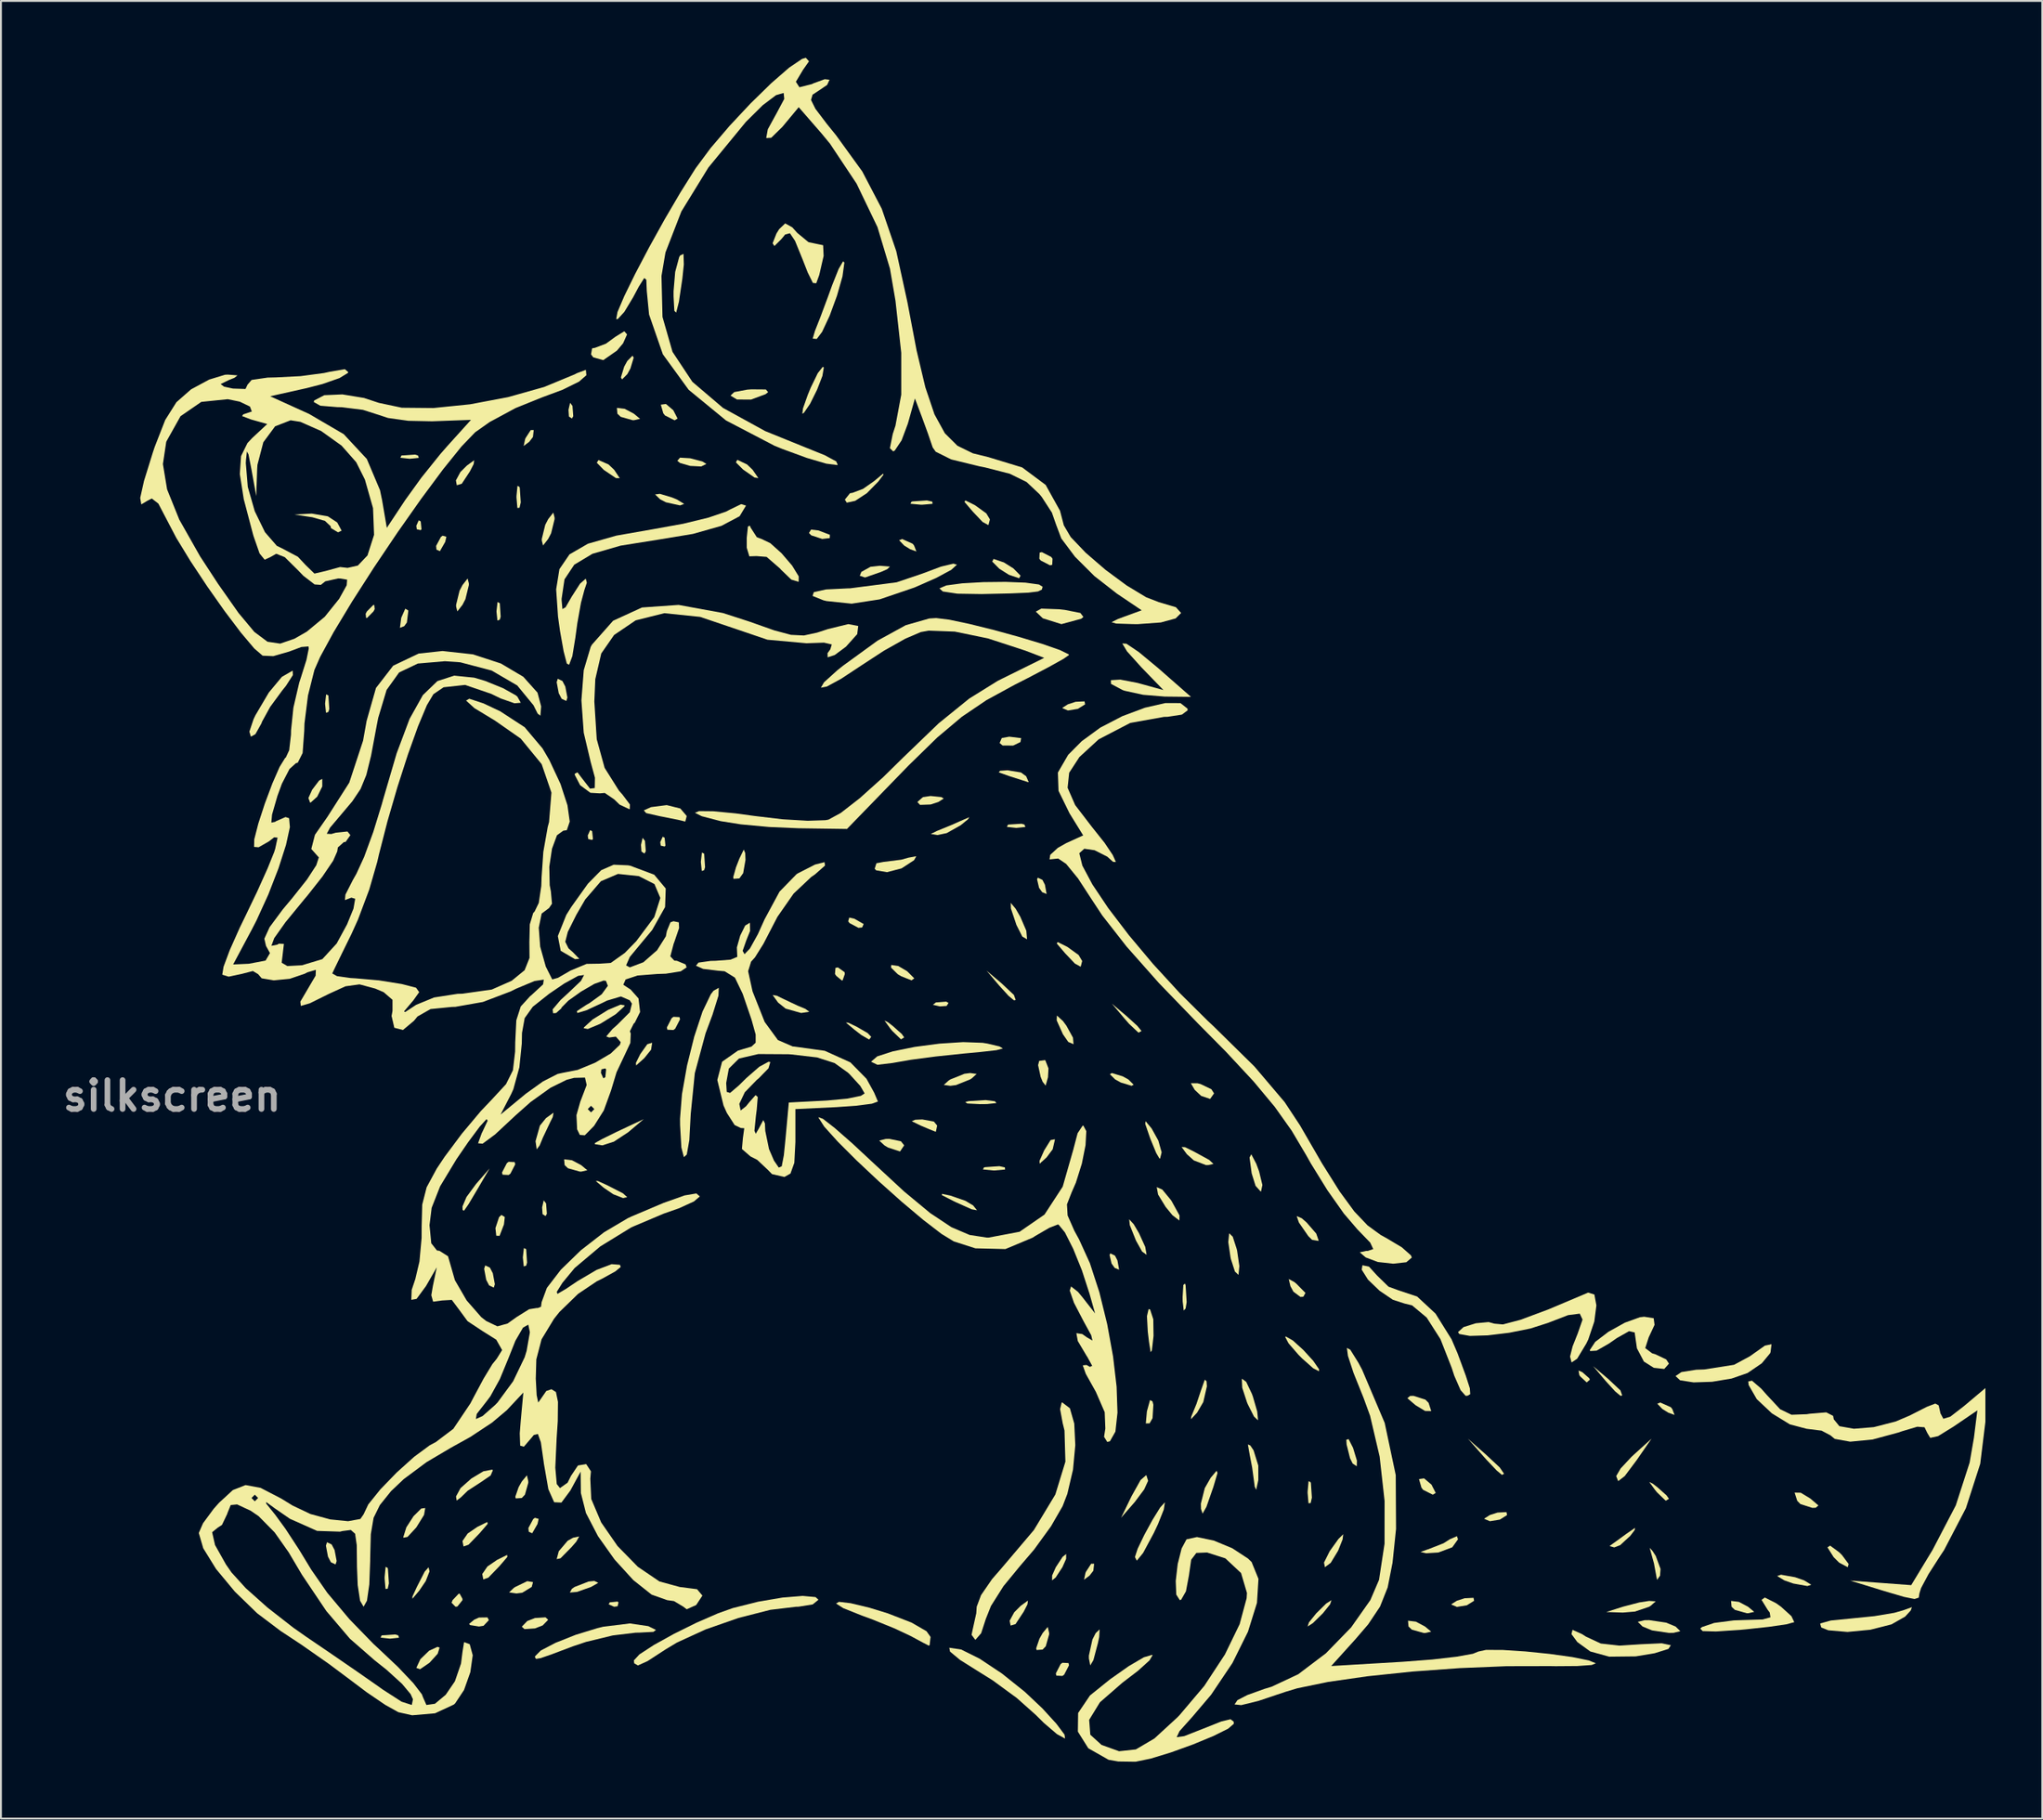
<source format=kicad_pcb>
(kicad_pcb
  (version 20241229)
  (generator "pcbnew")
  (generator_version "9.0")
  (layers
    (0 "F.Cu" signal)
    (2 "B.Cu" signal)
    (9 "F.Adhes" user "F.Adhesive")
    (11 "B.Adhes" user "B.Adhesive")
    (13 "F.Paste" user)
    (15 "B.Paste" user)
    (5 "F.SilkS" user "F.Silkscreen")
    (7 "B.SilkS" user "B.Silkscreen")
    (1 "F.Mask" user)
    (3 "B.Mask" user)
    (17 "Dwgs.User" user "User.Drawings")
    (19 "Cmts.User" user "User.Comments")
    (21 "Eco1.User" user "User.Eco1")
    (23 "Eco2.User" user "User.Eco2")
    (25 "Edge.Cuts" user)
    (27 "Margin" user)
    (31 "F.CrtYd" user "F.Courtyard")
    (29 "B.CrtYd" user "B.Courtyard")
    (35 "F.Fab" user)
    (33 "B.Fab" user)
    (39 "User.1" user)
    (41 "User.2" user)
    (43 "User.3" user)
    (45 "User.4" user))
  (footprint "silkscreen"
    (layer "F.Cu")
    (at 53.021 42.101)
    (property "Reference" "silkscreen" (at -46.99 12.7 0) (layer "F.Fab") (effects (font (size 1.524 1.524) (thickness 0.3))))
    (attr board_only exclude_from_pos_files exclude_from_bom allow_missing_courtyard)
    (fp_poly (pts (xy -38.739 -8.438) (xy -38.693 -7.725) (xy -38.739 -7.568) (xy -38.866 -7.524) (xy -38.915 -8.003) (xy -38.86 -8.497)) (stroke (width 0) (type solid)) (fill yes) (layer "F.SilkS"))
    (fp_poly (pts (xy -35.055 41.175) (xy -35.012 41.302) (xy -35.49 41.351) (xy -35.984 41.296) (xy -35.925 41.175) (xy -35.213 41.129)) (stroke (width 0) (type solid)) (fill yes) (layer "F.SilkS"))
    (fp_poly (pts (xy -34.012 -21.107) (xy -33.968 -20.98) (xy -34.447 -20.932) (xy -34.941 -20.986) (xy -34.882 -21.107) (xy -34.169 -21.153)) (stroke (width 0) (type solid)) (fill yes) (layer "F.SilkS"))
    (fp_poly (pts (xy -33.867 -17.629) (xy -33.825 -17.216) (xy -33.867 -17.165) (xy -34.074 -17.213) (xy -34.099 -17.397) (xy -33.971 -17.684)) (stroke (width 0) (type solid)) (fill yes) (layer "F.SilkS"))
    (fp_poly (pts (xy -29.693 -13.309) (xy -29.647 -12.597) (xy -29.693 -12.439) (xy -29.82 -12.395) (xy -29.868 -12.874) (xy -29.814 -13.368)) (stroke (width 0) (type solid)) (fill yes) (layer "F.SilkS"))
    (fp_poly (pts (xy -28.301 20.79) (xy -28.255 21.502) (xy -28.301 21.66) (xy -28.428 21.703) (xy -28.477 21.225) (xy -28.422 20.731)) (stroke (width 0) (type solid)) (fill yes) (layer "F.SilkS"))
    (fp_poly (pts (xy -27.25 18.376) (xy -27.209 18.92) (xy -27.277 19.043) (xy -27.436 18.939) (xy -27.46 18.586) (xy -27.375 18.215)) (stroke (width 0) (type solid)) (fill yes) (layer "F.SilkS"))
    (fp_poly (pts (xy -25.858 -23.726) (xy -25.817 -23.182) (xy -25.886 -23.059) (xy -26.044 -23.162) (xy -26.068 -23.515) (xy -25.983 -23.887)) (stroke (width 0) (type solid)) (fill yes) (layer "F.SilkS"))
    (fp_poly (pts (xy -24.82 -1.276) (xy -24.778 -0.863) (xy -24.82 -0.812) (xy -25.027 -0.86) (xy -25.052 -1.044) (xy -24.925 -1.33)) (stroke (width 0) (type solid)) (fill yes) (layer "F.SilkS"))
    (fp_poly (pts (xy -23.428 39.434) (xy -23.476 39.641) (xy -23.66 39.666) (xy -23.947 39.538) (xy -23.892 39.434) (xy -23.479 39.392)) (stroke (width 0) (type solid)) (fill yes) (layer "F.SilkS"))
    (fp_poly (pts (xy -22.031 -0.761) (xy -21.989 -0.217) (xy -22.058 -0.094) (xy -22.216 -0.198) (xy -22.241 -0.551) (xy -22.156 -0.922)) (stroke (width 0) (type solid)) (fill yes) (layer "F.SilkS"))
    (fp_poly (pts (xy -20.993 -0.928) (xy -20.951 -0.515) (xy -20.993 -0.464) (xy -21.2 -0.512) (xy -21.225 -0.696) (xy -21.097 -0.982)) (stroke (width 0) (type solid)) (fill yes) (layer "F.SilkS"))
    (fp_poly (pts (xy -18.907 -0.087) (xy -18.861 0.625) (xy -18.907 0.783) (xy -19.034 0.827) (xy -19.082 0.348) (xy -19.027 -0.146)) (stroke (width 0) (type solid)) (fill yes) (layer "F.SilkS"))
    (fp_poly (pts (xy -6.009 7.793) (xy -6.113 7.951) (xy -6.466 7.975) (xy -6.837 7.89) (xy -6.676 7.765) (xy -6.132 7.724)) (stroke (width 0) (type solid)) (fill yes) (layer "F.SilkS"))
    (fp_poly (pts (xy -2.001 -1.622) (xy -1.957 -1.495) (xy -2.436 -1.447) (xy -2.93 -1.501) (xy -2.871 -1.622) (xy -2.158 -1.668)) (stroke (width 0) (type solid)) (fill yes) (layer "F.SilkS"))
    (fp_poly (pts (xy -34.52 -12.922) (xy -34.597 -12.291) (xy -34.736 -12.098) (xy -34.964 -12.007) (xy -34.898 -12.517) (xy -34.888 -12.554) (xy -34.682 -13.02)) (stroke (width 0) (type solid)) (fill yes) (layer "F.SilkS"))
    (fp_poly (pts (xy -32.513 -16.817) (xy -32.574 -16.545) (xy -32.855 -16.056) (xy -33.036 -16.138) (xy -33.055 -16.333) (xy -32.802 -16.805) (xy -32.711 -16.873)) (stroke (width 0) (type solid)) (fill yes) (layer "F.SilkS"))
    (fp_poly (pts (xy -29.43 19.094) (xy -29.474 19.484) (xy -29.706 20.087) (xy -29.879 20.08) (xy -29.923 19.679) (xy -29.732 19.101) (xy -29.608 18.983)) (stroke (width 0) (type solid)) (fill yes) (layer "F.SilkS"))
    (fp_poly (pts (xy -27.942 -22.084) (xy -28.14 -21.828) (xy -28.433 -21.608) (xy -28.36 -21.957) (xy -28.335 -22.023) (xy -28.06 -22.449) (xy -27.903 -22.452)) (stroke (width 0) (type solid)) (fill yes) (layer "F.SilkS"))
    (fp_poly (pts (xy -27.642 35.027) (xy -27.703 35.298) (xy -27.984 35.788) (xy -28.165 35.706) (xy -28.184 35.511) (xy -27.931 35.039) (xy -27.84 34.971)) (stroke (width 0) (type solid)) (fill yes) (layer "F.SilkS"))
    (fp_poly (pts (xy -23.955 -20.634) (xy -23.66 -20.355) (xy -23.363 -19.909) (xy -23.566 -19.914) (xy -24.203 -20.344) (xy -24.573 -20.725) (xy -24.486 -20.866)) (stroke (width 0) (type solid)) (fill yes) (layer "F.SilkS"))
    (fp_poly (pts (xy -21.708 10.26) (xy -22.069 10.708) (xy -22.5 11.094) (xy -22.511 10.96) (xy -22.281 10.496) (xy -21.907 9.968) (xy -21.652 9.895)) (stroke (width 0) (type solid)) (fill yes) (layer "F.SilkS"))
    (fp_poly (pts (xy -20.536 -23.495) (xy -20.311 -23.057) (xy -20.466 -22.964) (xy -20.976 -23.22) (xy -21.065 -23.335) (xy -21.195 -23.788) (xy -20.925 -23.826)) (stroke (width 0) (type solid)) (fill yes) (layer "F.SilkS"))
    (fp_poly (pts (xy -16.646 -20.636) (xy -16.353 -20.355) (xy -16.046 -19.913) (xy -16.249 -19.943) (xy -16.855 -20.366) (xy -17.232 -20.743) (xy -17.158 -20.877)) (stroke (width 0) (type solid)) (fill yes) (layer "F.SilkS"))
    (fp_poly (pts (xy -12.874 -17.15) (xy -12.271 -16.919) (xy -12.279 -16.746) (xy -12.679 -16.701) (xy -13.258 -16.892) (xy -13.376 -17.017) (xy -13.265 -17.195)) (stroke (width 0) (type solid)) (fill yes) (layer "F.SilkS"))
    (fp_poly (pts (xy -10.978 3.347) (xy -10.489 3.627) (xy -10.571 3.809) (xy -10.766 3.827) (xy -11.238 3.575) (xy -11.306 3.483) (xy -11.25 3.286)) (stroke (width 0) (type solid)) (fill yes) (layer "F.SilkS"))
    (fp_poly (pts (xy -7.903 -16.448) (xy -7.829 -16.353) (xy -7.706 -16.04) (xy -8.035 -16.158) (xy -8.351 -16.353) (xy -8.618 -16.633) (xy -8.458 -16.696)) (stroke (width 0) (type solid)) (fill yes) (layer "F.SilkS"))
    (fp_poly (pts (xy -3.218 6.752) (xy -2.561 7.369) (xy -2.466 7.637) (xy -2.556 7.655) (xy -2.84 7.42) (xy -3.339 6.872) (xy -4.001 6.089)) (stroke (width 0) (type solid)) (fill yes) (layer "F.SilkS"))
    (fp_poly (pts (xy -2.177 -6.186) (xy -2.216 -5.978) (xy -2.598 -5.794) (xy -3.158 -5.797) (xy -3.315 -5.93) (xy -3.2 -6.192) (xy -2.804 -6.263)) (stroke (width 0) (type solid)) (fill yes) (layer "F.SilkS"))
    (fp_poly (pts (xy -1.054 1.297) (xy -0.924 1.551) (xy -0.835 2.041) (xy -1.068 1.946) (xy -1.232 1.717) (xy -1.339 1.261) (xy -1.296 1.18)) (stroke (width 0) (type solid)) (fill yes) (layer "F.SilkS"))
    (fp_poly (pts (xy 1.633 37.763) (xy 1.435 38.019) (xy 1.142 38.239) (xy 1.215 37.89) (xy 1.24 37.824) (xy 1.516 37.398) (xy 1.673 37.395)) (stroke (width 0) (type solid)) (fill yes) (layer "F.SilkS"))
    (fp_poly (pts (xy 2.773 21.13) (xy 2.904 21.384) (xy 2.993 21.874) (xy 2.759 21.779) (xy 2.595 21.549) (xy 2.488 21.094) (xy 2.532 21.013)) (stroke (width 0) (type solid)) (fill yes) (layer "F.SilkS"))
    (fp_poly (pts (xy 3.392 8.492) (xy 3.95 9) (xy 4.175 9.274) (xy 4.016 9.362) (xy 3.518 8.895) (xy 3.272 8.612) (xy 2.61 7.829)) (stroke (width 0) (type solid)) (fill yes) (layer "F.SilkS"))
    (fp_poly (pts (xy 19.478 33.22) (xy 19.702 33.658) (xy 19.548 33.751) (xy 19.038 33.495) (xy 18.949 33.38) (xy 18.818 32.927) (xy 19.088 32.889)) (stroke (width 0) (type solid)) (fill yes) (layer "F.SilkS"))
    (fp_poly (pts (xy 27.434 27.28) (xy 27.805 27.604) (xy 27.836 27.682) (xy 27.67 27.825) (xy 27.327 27.505) (xy 27.28 27.434) (xy 27.239 27.196)) (stroke (width 0) (type solid)) (fill yes) (layer "F.SilkS"))
    (fp_poly (pts (xy 28.792 27.629) (xy 29.45 28.246) (xy 29.545 28.514) (xy 29.455 28.532) (xy 29.171 28.297) (xy 28.672 27.749) (xy 28.01 26.966)) (stroke (width 0) (type solid)) (fill yes) (layer "F.SilkS"))
    (fp_poly (pts (xy 32.11 29.133) (xy 32.185 29.227) (xy 32.307 29.54) (xy 31.978 29.422) (xy 31.663 29.227) (xy 31.396 28.948) (xy 31.555 28.885)) (stroke (width 0) (type solid)) (fill yes) (layer "F.SilkS"))
    (fp_poly (pts (xy -39.061 -3.639) (xy -39.329 -3.097) (xy -39.672 -2.787) (xy -39.706 -2.784) (xy -39.794 -3.025) (xy -39.595 -3.464) (xy -39.227 -3.949) (xy -39.062 -4.035)) (stroke (width 0) (type solid)) (fill yes) (layer "F.SilkS"))
    (fp_poly (pts (xy -38.567 36.378) (xy -38.413 36.673) (xy -38.304 37.255) (xy -38.362 37.434) (xy -38.607 37.317) (xy -38.761 37.021) (xy -38.87 36.44) (xy -38.812 36.261)) (stroke (width 0) (type solid)) (fill yes) (layer "F.SilkS"))
    (fp_poly (pts (xy -36.295 -12.997) (xy -36.36 -12.874) (xy -36.688 -12.542) (xy -36.749 -12.526) (xy -36.773 -12.751) (xy -36.708 -12.874) (xy -36.38 -13.206) (xy -36.319 -13.222)) (stroke (width 0) (type solid)) (fill yes) (layer "F.SilkS"))
    (fp_poly (pts (xy -35.614 37.612) (xy -35.597 37.672) (xy -35.546 38.43) (xy -35.61 38.716) (xy -35.724 38.727) (xy -35.771 38.182) (xy -35.771 38.1) (xy -35.72 37.56)) (stroke (width 0) (type solid)) (fill yes) (layer "F.SilkS"))
    (fp_poly (pts (xy -33.403 37.802) (xy -33.602 38.312) (xy -33.944 38.816) (xy -34.304 39.244) (xy -34.304 39.127) (xy -34.071 38.622) (xy -33.655 37.809) (xy -33.45 37.583)) (stroke (width 0) (type solid)) (fill yes) (layer "F.SilkS"))
    (fp_poly (pts (xy -32.87 41.822) (xy -32.97 42.145) (xy -33.401 42.621) (xy -33.9 42.964) (xy -34.099 42.894) (xy -33.885 42.435) (xy -33.423 41.986) (xy -32.981 41.783)) (stroke (width 0) (type solid)) (fill yes) (layer "F.SilkS"))
    (fp_poly (pts (xy -31.667 39.239) (xy -31.663 39.318) (xy -31.93 39.652) (xy -32.031 39.666) (xy -32.239 39.453) (xy -32.185 39.318) (xy -31.872 38.986) (xy -31.816 38.97)) (stroke (width 0) (type solid)) (fill yes) (layer "F.SilkS"))
    (fp_poly (pts (xy -31.072 -20.655) (xy -31.27 -20.268) (xy -31.701 -19.614) (xy -31.962 -19.535) (xy -32.011 -19.79) (xy -31.771 -20.235) (xy -31.432 -20.573) (xy -31.046 -20.855)) (stroke (width 0) (type solid)) (fill yes) (layer "F.SilkS"))
    (fp_poly (pts (xy -30.841 17.571) (xy -31.339 18.41) (xy -31.579 18.758) (xy -31.657 18.722) (xy -31.663 18.538) (xy -31.452 18.037) (xy -30.946 17.349) (xy -30.23 16.527)) (stroke (width 0) (type solid)) (fill yes) (layer "F.SilkS"))
    (fp_poly (pts (xy -30.336 35.295) (xy -30.76 35.788) (xy -31.342 36.39) (xy -31.607 36.484) (xy -31.663 36.199) (xy -31.389 35.8) (xy -30.88 35.452) (xy -30.35 35.19)) (stroke (width 0) (type solid)) (fill yes) (layer "F.SilkS"))
    (fp_poly (pts (xy -30.271 40.373) (xy -30.553 40.672) (xy -30.793 40.71) (xy -31.257 40.635) (xy -31.315 40.573) (xy -31.043 40.348) (xy -30.793 40.236) (xy -30.345 40.229)) (stroke (width 0) (type solid)) (fill yes) (layer "F.SilkS"))
    (fp_poly (pts (xy -30.216 21.764) (xy -30.062 22.06) (xy -29.954 22.641) (xy -30.011 22.82) (xy -30.256 22.703) (xy -30.41 22.408) (xy -30.519 21.826) (xy -30.462 21.647)) (stroke (width 0) (type solid)) (fill yes) (layer "F.SilkS"))
    (fp_poly (pts (xy -29.293 37.035) (xy -29.716 37.527) (xy -30.298 38.13) (xy -30.564 38.224) (xy -30.619 37.938) (xy -30.345 37.54) (xy -29.836 37.192) (xy -29.306 36.93)) (stroke (width 0) (type solid)) (fill yes) (layer "F.SilkS"))
    (fp_poly (pts (xy -28.906 16.195) (xy -28.879 16.312) (xy -29.133 16.804) (xy -29.227 16.875) (xy -29.549 16.859) (xy -29.575 16.742) (xy -29.321 16.251) (xy -29.227 16.179)) (stroke (width 0) (type solid)) (fill yes) (layer "F.SilkS"))
    (fp_poly (pts (xy -28.656 -19.451) (xy -28.638 -19.391) (xy -28.587 -18.633) (xy -28.651 -18.347) (xy -28.765 -18.336) (xy -28.812 -18.881) (xy -28.812 -18.963) (xy -28.761 -19.503)) (stroke (width 0) (type solid)) (fill yes) (layer "F.SilkS"))
    (fp_poly (pts (xy -27.938 38.366) (xy -28.01 38.622) (xy -28.506 38.925) (xy -28.813 38.965) (xy -29.202 38.908) (xy -28.949 38.668) (xy -28.879 38.622) (xy -28.242 38.315)) (stroke (width 0) (type solid)) (fill yes) (layer "F.SilkS"))
    (fp_poly (pts (xy -27.14 40.354) (xy -27.429 40.652) (xy -27.836 40.81) (xy -28.391 40.846) (xy -28.532 40.718) (xy -28.242 40.419) (xy -27.836 40.261) (xy -27.28 40.225)) (stroke (width 0) (type solid)) (fill yes) (layer "F.SilkS"))
    (fp_poly (pts (xy -26.389 -9.203) (xy -26.235 -8.907) (xy -26.126 -8.326) (xy -26.184 -8.147) (xy -26.429 -8.264) (xy -26.583 -8.559) (xy -26.692 -9.141) (xy -26.634 -9.32)) (stroke (width 0) (type solid)) (fill yes) (layer "F.SilkS"))
    (fp_poly (pts (xy -25.883 16.097) (xy -25.4 16.353) (xy -25.074 16.624) (xy -25.387 16.695) (xy -25.466 16.696) (xy -26.096 16.519) (xy -26.27 16.353) (xy -26.298 16.046)) (stroke (width 0) (type solid)) (fill yes) (layer "F.SilkS"))
    (fp_poly (pts (xy -25.659 36.234) (xy -25.908 36.519) (xy -26.49 37.109) (xy -26.692 37.153) (xy -26.58 36.735) (xy -26.11 36.181) (xy -25.828 36.024) (xy -25.503 35.954)) (stroke (width 0) (type solid)) (fill yes) (layer "F.SilkS"))
    (fp_poly (pts (xy -24.496 38.403) (xy -24.878 38.622) (xy -25.616 38.883) (xy -25.996 38.916) (xy -25.889 38.721) (xy -25.748 38.622) (xy -25.005 38.333) (xy -24.704 38.304)) (stroke (width 0) (type solid)) (fill yes) (layer "F.SilkS"))
    (fp_poly (pts (xy -24.008 17.425) (xy -23.196 17.84) (xy -22.969 18.046) (xy -23.188 18.093) (xy -23.699 17.894) (xy -24.203 17.552) (xy -24.63 17.192) (xy -24.513 17.192)) (stroke (width 0) (type solid)) (fill yes) (layer "F.SilkS"))
    (fp_poly (pts (xy -23.099 -23.569) (xy -22.616 -23.312) (xy -22.29 -23.042) (xy -22.604 -22.971) (xy -22.683 -22.97) (xy -23.312 -23.147) (xy -23.486 -23.312) (xy -23.514 -23.62)) (stroke (width 0) (type solid)) (fill yes) (layer "F.SilkS"))
    (fp_poly (pts (xy -22.627 -26.27) (xy -22.8 -25.698) (xy -22.964 -25.4) (xy -23.24 -25.121) (xy -23.302 -25.226) (xy -23.128 -25.798) (xy -22.964 -26.096) (xy -22.689 -26.374)) (stroke (width 0) (type solid)) (fill yes) (layer "F.SilkS"))
    (fp_poly (pts (xy -20.597 -18.888) (xy -20.355 -18.789) (xy -19.963 -18.552) (xy -20.181 -18.471) (xy -20.924 -18.635) (xy -21.225 -18.789) (xy -21.498 -19.05) (xy -21.245 -19.083)) (stroke (width 0) (type solid)) (fill yes) (layer "F.SilkS"))
    (fp_poly (pts (xy -20.208 8.541) (xy -20.181 8.658) (xy -20.435 9.149) (xy -20.529 9.221) (xy -20.85 9.205) (xy -20.877 9.088) (xy -20.623 8.596) (xy -20.529 8.525)) (stroke (width 0) (type solid)) (fill yes) (layer "F.SilkS"))
    (fp_poly (pts (xy -19.648 -20.96) (xy -19.001 -20.79) (xy -18.789 -20.662) (xy -19.063 -20.527) (xy -19.646 -20.556) (xy -20.184 -20.713) (xy -20.324 -20.826) (xy -20.181 -20.992)) (stroke (width 0) (type solid)) (fill yes) (layer "F.SilkS"))
    (fp_poly (pts (xy -11.496 6.168) (xy -11.482 6.263) (xy -11.601 6.602) (xy -11.636 6.611) (xy -11.933 6.367) (xy -12.004 6.263) (xy -11.977 5.942) (xy -11.851 5.915)) (stroke (width 0) (type solid)) (fill yes) (layer "F.SilkS"))
    (fp_poly (pts (xy -11.303 8.836) (xy -10.873 9.04) (xy -10.28 9.383) (xy -10.09 9.581) (xy -10.2 9.726) (xy -10.617 9.483) (xy -10.981 9.201) (xy -11.429 8.827)) (stroke (width 0) (type solid)) (fill yes) (layer "F.SilkS"))
    (fp_poly (pts (xy -9.212 8.808) (xy -8.96 9.002) (xy -8.478 9.431) (xy -8.351 9.611) (xy -8.52 9.715) (xy -8.982 9.268) (xy -9.091 9.134) (xy -9.392 8.721)) (stroke (width 0) (type solid)) (fill yes) (layer "F.SilkS"))
    (fp_poly (pts (xy -9.102 -15.244) (xy -9.242 -15.106) (xy -9.568 -14.962) (xy -10.416 -14.666) (xy -10.694 -14.757) (xy -10.612 -14.962) (xy -10.129 -15.231) (xy -9.635 -15.285)) (stroke (width 0) (type solid)) (fill yes) (layer "F.SilkS"))
    (fp_poly (pts (xy -8.668 5.84) (xy -8.197 6.117) (xy -7.818 6.495) (xy -7.965 6.599) (xy -8.505 6.386) (xy -8.689 6.277) (xy -9.044 5.926) (xy -9.036 5.788)) (stroke (width 0) (type solid)) (fill yes) (layer "F.SilkS"))
    (fp_poly (pts (xy -8.523 15.094) (xy -8.351 15.31) (xy -8.57 15.633) (xy -9.203 15.426) (xy -9.395 15.31) (xy -9.668 15.056) (xy -9.322 14.971) (xy -9.134 14.967)) (stroke (width 0) (type solid)) (fill yes) (layer "F.SilkS"))
    (fp_poly (pts (xy -6.865 -18.669) (xy -6.854 -18.555) (xy -7.398 -18.508) (xy -7.481 -18.509) (xy -8.02 -18.559) (xy -7.969 -18.665) (xy -7.909 -18.682) (xy -7.151 -18.733)) (stroke (width 0) (type solid)) (fill yes) (layer "F.SilkS"))
    (fp_poly (pts (xy -6.393 -3.075) (xy -6.263 -2.998) (xy -6.55 -2.815) (xy -6.959 -2.683) (xy -7.514 -2.663) (xy -7.655 -2.816) (xy -7.363 -3.072) (xy -6.959 -3.132)) (stroke (width 0) (type solid)) (fill yes) (layer "F.SilkS"))
    (fp_poly (pts (xy -4.61 -18.479) (xy -4.016 -18.05) (xy -3.827 -17.733) (xy -3.906 -17.431) (xy -4.212 -17.597) (xy -4.73 -18.144) (xy -5.17 -18.659) (xy -5.119 -18.734)) (stroke (width 0) (type solid)) (fill yes) (layer "F.SilkS"))
    (fp_poly (pts (xy -3.562 12.983) (xy -3.481 13.077) (xy -3.981 13.13) (xy -4.349 13.134) (xy -5.023 13.1) (xy -5.125 13.021) (xy -4.954 12.976) (xy -4.048 12.92)) (stroke (width 0) (type solid)) (fill yes) (layer "F.SilkS"))
    (fp_poly (pts (xy -3.09 -15.462) (xy -2.589 -15.147) (xy -2.211 -14.765) (xy -2.282 -14.625) (xy -2.825 -14.809) (xy -3.326 -15.125) (xy -3.704 -15.506) (xy -3.633 -15.646)) (stroke (width 0) (type solid)) (fill yes) (layer "F.SilkS"))
    (fp_poly (pts (xy -3.038 16.473) (xy -3.026 16.587) (xy -3.571 16.634) (xy -3.653 16.634) (xy -4.193 16.583) (xy -4.142 16.477) (xy -4.082 16.46) (xy -3.324 16.409)) (stroke (width 0) (type solid)) (fill yes) (layer "F.SilkS"))
    (fp_poly (pts (xy -1.845 39.54) (xy -2.043 39.927) (xy -2.474 40.581) (xy -2.735 40.66) (xy -2.784 40.404) (xy -2.544 39.96) (xy -2.205 39.621) (xy -1.819 39.339)) (stroke (width 0) (type solid)) (fill yes) (layer "F.SilkS"))
    (fp_poly (pts (xy -0.735 11.248) (xy -0.762 11.716) (xy -0.885 12.156) (xy -1.044 11.953) (xy -1.149 11.693) (xy -1.283 11.077) (xy -1.226 10.852) (xy -0.907 10.81)) (stroke (width 0) (type solid)) (fill yes) (layer "F.SilkS"))
    (fp_poly (pts (xy -0.593 -15.752) (xy -0.522 -15.658) (xy -0.538 -15.336) (xy -0.655 -15.31) (xy -1.147 -15.564) (xy -1.218 -15.658) (xy -1.202 -15.979) (xy -1.085 -16.005)) (stroke (width 0) (type solid)) (fill yes) (layer "F.SilkS"))
    (fp_poly (pts (xy -0.395 15.007) (xy -0.513 15.517) (xy -0.834 15.945) (xy -1.201 16.28) (xy -1.21 16.131) (xy -0.961 15.574) (xy -0.624 15.031) (xy -0.402 14.989)) (stroke (width 0) (type solid)) (fill yes) (layer "F.SilkS"))
    (fp_poly (pts (xy 0.027 8.746) (xy 0.209 8.992) (xy 0.557 9.625) (xy 0.586 9.969) (xy 0.309 9.852) (xy 0.028 9.447) (xy -0.302 8.713) (xy -0.293 8.456)) (stroke (width 0) (type solid)) (fill yes) (layer "F.SilkS"))
    (fp_poly (pts (xy 0.196 37.138) (xy 0 37.578) (xy -0.359 38.125) (xy -0.546 38.274) (xy -0.544 38.018) (xy -0.348 37.578) (xy 0.011 37.031) (xy 0.198 36.882)) (stroke (width 0) (type solid)) (fill yes) (layer "F.SilkS"))
    (fp_poly (pts (xy 0.261 4.833) (xy 0.855 5.262) (xy 1.044 5.579) (xy 0.965 5.881) (xy 0.66 5.716) (xy 0.141 5.169) (xy -0.299 4.653) (xy -0.248 4.579)) (stroke (width 0) (type solid)) (fill yes) (layer "F.SilkS"))
    (fp_poly (pts (xy 0.321 42.639) (xy 0.348 42.756) (xy 0.094 43.248) (xy 0 43.319) (xy -0.321 43.303) (xy -0.348 43.186) (xy -0.094 42.694) (xy 0 42.623)) (stroke (width 0) (type solid)) (fill yes) (layer "F.SilkS"))
    (fp_poly (pts (xy 1.198 -7.97) (xy 0.817 -7.732) (xy 0.292 -7.645) (xy 0.002 -7.769) (xy 0 -7.788) (xy 0.287 -7.971) (xy 0.696 -8.104) (xy 1.167 -8.127)) (stroke (width 0) (type solid)) (fill yes) (layer "F.SilkS"))
    (fp_poly (pts (xy 3.181 11.666) (xy 3.479 11.83) (xy 3.758 12.106) (xy 3.653 12.167) (xy 3.082 11.994) (xy 2.784 11.83) (xy 2.505 11.554) (xy 2.61 11.493)) (stroke (width 0) (type solid)) (fill yes) (layer "F.SilkS"))
    (fp_poly (pts (xy 4.523 33.016) (xy 4.315 33.474) (xy 3.814 34.143) (xy 3.81 34.147) (xy 3.097 34.968) (xy 3.645 33.838) (xy 4.124 32.979) (xy 4.427 32.713)) (stroke (width 0) (type solid)) (fill yes) (layer "F.SilkS"))
    (fp_poly (pts (xy 4.754 28.826) (xy 4.8 29.003) (xy 4.756 29.713) (xy 4.599 29.987) (xy 4.401 29.988) (xy 4.457 29.368) (xy 4.462 29.341) (xy 4.624 28.754)) (stroke (width 0) (type solid)) (fill yes) (layer "F.SilkS"))
    (fp_poly (pts (xy 6.503 22.703) (xy 6.557 23.586) (xy 6.503 23.921) (xy 6.402 24.03) (xy 6.347 23.548) (xy 6.344 23.312) (xy 6.38 22.679) (xy 6.47 22.605)) (stroke (width 0) (type solid)) (fill yes) (layer "F.SilkS"))
    (fp_poly (pts (xy 7.127 12.033) (xy 7.287 12.072) (xy 7.862 12.347) (xy 8.003 12.567) (xy 7.796 12.86) (xy 7.32 12.698) (xy 6.982 12.379) (xy 6.778 12.032)) (stroke (width 0) (type solid)) (fill yes) (layer "F.SilkS"))
    (fp_poly (pts (xy 12.241 22.526) (xy 12.344 22.61) (xy 12.827 23.1) (xy 12.715 23.301) (xy 12.563 23.312) (xy 12.19 23.033) (xy 12.033 22.741) (xy 11.944 22.366)) (stroke (width 0) (type solid)) (fill yes) (layer "F.SilkS"))
    (fp_poly (pts (xy 13.098 33.089) (xy 13.115 33.148) (xy 13.166 33.906) (xy 13.102 34.192) (xy 12.988 34.204) (xy 12.941 33.659) (xy 12.942 33.577) (xy 12.992 33.037)) (stroke (width 0) (type solid)) (fill yes) (layer "F.SilkS"))
    (fp_poly (pts (xy 14.129 39.535) (xy 13.744 40.014) (xy 13.221 40.528) (xy 12.94 40.71) (xy 13.011 40.492) (xy 13.396 40.014) (xy 13.919 39.499) (xy 14.2 39.318)) (stroke (width 0) (type solid)) (fill yes) (layer "F.SilkS"))
    (fp_poly (pts (xy 15.339 31.279) (xy 15.542 31.95) (xy 15.534 32.25) (xy 15.317 32.105) (xy 15.179 31.824) (xy 14.998 31.1) (xy 14.984 30.852) (xy 15.102 30.815)) (stroke (width 0) (type solid)) (fill yes) (layer "F.SilkS"))
    (fp_poly (pts (xy 18.654 40.453) (xy 19.137 40.71) (xy 19.463 40.98) (xy 19.15 41.051) (xy 19.071 41.052) (xy 18.441 40.875) (xy 18.267 40.71) (xy 18.239 40.402)) (stroke (width 0) (type solid)) (fill yes) (layer "F.SilkS"))
    (fp_poly (pts (xy 19.158 28.733) (xy 19.325 28.903) (xy 19.465 29.337) (xy 19.139 29.331) (xy 18.635 29.025) (xy 18.207 28.659) (xy 18.349 28.538) (xy 18.528 28.532)) (stroke (width 0) (type solid)) (fill yes) (layer "F.SilkS"))
    (fp_poly (pts (xy 21.727 39.35) (xy 21.346 39.589) (xy 20.821 39.675) (xy 20.531 39.552) (xy 20.529 39.532) (xy 20.816 39.35) (xy 21.225 39.217) (xy 21.696 39.194)) (stroke (width 0) (type solid)) (fill yes) (layer "F.SilkS"))
    (fp_poly (pts (xy 22.355 31.637) (xy 23.083 32.317) (xy 23.308 32.647) (xy 23.199 32.707) (xy 22.919 32.473) (xy 22.373 31.897) (xy 22.242 31.75) (xy 21.399 30.793)) (stroke (width 0) (type solid)) (fill yes) (layer "F.SilkS"))
    (fp_poly (pts (xy 23.466 34.827) (xy 23.086 35.066) (xy 22.561 35.152) (xy 22.27 35.029) (xy 22.268 35.009) (xy 22.555 34.826) (xy 22.965 34.694) (xy 23.436 34.671)) (stroke (width 0) (type solid)) (fill yes) (layer "F.SilkS"))
    (fp_poly (pts (xy 30.309 31.924) (xy 29.677 32.768) (xy 29.331 33.036) (xy 29.227 32.768) (xy 29.462 32.365) (xy 30.04 31.747) (xy 30.159 31.637) (xy 31.091 30.793)) (stroke (width 0) (type solid)) (fill yes) (layer "F.SilkS"))
    (fp_poly (pts (xy 31.15 33.164) (xy 31.402 33.358) (xy 31.884 33.788) (xy 32.011 33.967) (xy 31.842 34.071) (xy 31.379 33.624) (xy 31.271 33.49) (xy 30.97 33.078)) (stroke (width 0) (type solid)) (fill yes) (layer "F.SilkS"))
    (fp_poly (pts (xy 35.703 39.409) (xy 36.186 39.666) (xy 36.512 39.936) (xy 36.199 40.007) (xy 36.12 40.008) (xy 35.491 39.831) (xy 35.316 39.666) (xy 35.288 39.358)) (stroke (width 0) (type solid)) (fill yes) (layer "F.SilkS"))
    (fp_poly (pts (xy 38.671 38.108) (xy 39.144 38.274) (xy 39.523 38.504) (xy 39.318 38.573) (xy 38.573 38.44) (xy 38.1 38.274) (xy 37.721 38.044) (xy 37.926 37.975)) (stroke (width 0) (type solid)) (fill yes) (layer "F.SilkS"))
    (fp_poly (pts (xy 38.967 33.647) (xy 39.472 33.953) (xy 39.9 34.319) (xy 39.758 34.44) (xy 39.579 34.447) (xy 38.949 34.245) (xy 38.782 34.075) (xy 38.642 33.641)) (stroke (width 0) (type solid)) (fill yes) (layer "F.SilkS"))
    (fp_poly (pts (xy 40.994 36.79) (xy 41.145 36.94) (xy 41.493 37.409) (xy 41.448 37.578) (xy 40.996 37.34) (xy 40.703 37.048) (xy 40.378 36.533) (xy 40.514 36.438)) (stroke (width 0) (type solid)) (fill yes) (layer "F.SilkS"))
    (fp_poly (pts (xy -28.19 33.042) (xy -28.189 33.121) (xy -28.366 33.75) (xy -28.532 33.925) (xy -28.851 33.948) (xy -28.874 33.858) (xy -28.699 33.351) (xy -28.532 33.055) (xy -28.261 32.729)) (stroke (width 0) (type solid)) (fill yes) (layer "F.SilkS"))
    (fp_poly (pts (xy -26.897 13.813) (xy -27.036 14.092) (xy -27.418 14.899) (xy -27.587 15.31) (xy -27.743 15.523) (xy -27.808 15.091) (xy -27.576 14.269) (xy -27.257 13.873) (xy -26.859 13.586)) (stroke (width 0) (type solid)) (fill yes) (layer "F.SilkS"))
    (fp_poly (pts (xy -22.916 14.617) (xy -23.672 15.115) (xy -24.279 15.31) (xy -24.675 15.249) (xy -24.675 15.189) (xy -24.295 14.977) (xy -23.533 14.601) (xy -23.312 14.497) (xy -22.095 13.925)) (stroke (width 0) (type solid)) (fill yes) (layer "F.SilkS"))
    (fp_poly (pts (xy -16.741 -0.119) (xy -16.726 0.24) (xy -16.848 0.941) (xy -17.049 1.218) (xy -17.356 1.242) (xy -17.373 1.151) (xy -17.227 0.63) (xy -17.049 0.174) (xy -16.818 -0.303)) (stroke (width 0) (type solid)) (fill yes) (layer "F.SilkS"))
    (fp_poly (pts (xy -15.651 -24.592) (xy -15.532 -24.449) (xy -15.668 -24.342) (xy -16.438 -24.057) (xy -17.178 -24.062) (xy -17.516 -24.269) (xy -17.319 -24.454) (xy -16.632 -24.582) (xy -16.416 -24.598)) (stroke (width 0) (type solid)) (fill yes) (layer "F.SilkS"))
    (fp_poly (pts (xy -15.067 7.412) (xy -14.788 7.551) (xy -13.98 7.933) (xy -13.57 8.102) (xy -13.357 8.258) (xy -13.788 8.323) (xy -14.61 8.091) (xy -15.006 7.772) (xy -15.294 7.374)) (stroke (width 0) (type solid)) (fill yes) (layer "F.SilkS"))
    (fp_poly (pts (xy -6.784 14.054) (xy -6.611 14.266) (xy -6.678 14.585) (xy -6.698 14.589) (xy -7.045 14.45) (xy -7.481 14.266) (xy -7.95 14.037) (xy -7.767 13.958) (xy -7.394 13.942)) (stroke (width 0) (type solid)) (fill yes) (layer "F.SilkS"))
    (fp_poly (pts (xy -5.915 17.962) (xy -5.121 18.237) (xy -4.715 18.48) (xy -4.506 18.737) (xy -4.788 18.686) (xy -5.617 18.314) (xy -5.741 18.255) (xy -6.356 17.941) (xy -6.357 17.869)) (stroke (width 0) (type solid)) (fill yes) (layer "F.SilkS"))
    (fp_poly (pts (xy -2.191 -4.375) (xy -1.914 -4.175) (xy -1.782 -3.872) (xy -1.806 -3.862) (xy -2.18 -3.982) (xy -2.784 -4.175) (xy -3.359 -4.379) (xy -3.293 -4.462) (xy -2.891 -4.489)) (stroke (width 0) (type solid)) (fill yes) (layer "F.SilkS"))
    (fp_poly (pts (xy -0.702 41.045) (xy -0.701 41.124) (xy -0.879 41.753) (xy -1.044 41.927) (xy -1.363 41.95) (xy -1.386 41.861) (xy -1.212 41.353) (xy -1.044 41.058) (xy -0.774 40.731)) (stroke (width 0) (type solid)) (fill yes) (layer "F.SilkS"))
    (fp_poly (pts (xy -0.169 -12.99) (xy 0.126 -12.956) (xy 0.95 -12.793) (xy 1.107 -12.584) (xy 0.995 -12.489) (xy -0.052 -12.204) (xy -1.034 -12.512) (xy -1.405 -12.864) (xy -1.114 -13.024)) (stroke (width 0) (type solid)) (fill yes) (layer "F.SilkS"))
    (fp_poly (pts (xy 1.941 41.265) (xy 1.875 41.579) (xy 1.636 42.481) (xy 1.47 42.764) (xy 1.398 42.398) (xy 1.397 42.246) (xy 1.584 41.394) (xy 1.756 41.058) (xy 1.963 40.861)) (stroke (width 0) (type solid)) (fill yes) (layer "F.SilkS"))
    (fp_poly (pts (xy 3.763 19.473) (xy 4.043 19.951) (xy 4.37 20.668) (xy 4.441 21.072) (xy 4.433 21.083) (xy 4.206 20.916) (xy 3.884 20.34) (xy 3.556 19.52) (xy 3.523 19.213)) (stroke (width 0) (type solid)) (fill yes) (layer "F.SilkS"))
    (fp_poly (pts (xy 6.474 15.407) (xy 6.959 15.648) (xy 7.747 16.079) (xy 7.97 16.29) (xy 7.694 16.352) (xy 7.581 16.353) (xy 6.936 16.105) (xy 6.567 15.775) (xy 6.29 15.398)) (stroke (width 0) (type solid)) (fill yes) (layer "F.SilkS"))
    (fp_poly (pts (xy 7.605 27.761) (xy 7.625 28.03) (xy 7.435 28.86) (xy 7.107 29.422) (xy 6.786 29.766) (xy 6.797 29.635) (xy 7.074 28.962) (xy 7.314 28.243) (xy 7.514 27.68)) (stroke (width 0) (type solid)) (fill yes) (layer "F.SilkS"))
    (fp_poly (pts (xy 10.23 16.28) (xy 10.38 16.684) (xy 10.554 17.403) (xy 10.484 17.741) (xy 10.461 17.745) (xy 10.194 17.446) (xy 9.988 16.788) (xy 9.876 15.953) (xy 9.968 15.78)) (stroke (width 0) (type solid)) (fill yes) (layer "F.SilkS"))
    (fp_poly (pts (xy 12.636 19.161) (xy 12.894 19.388) (xy 13.396 19.968) (xy 13.524 20.338) (xy 13.513 20.354) (xy 13.174 20.297) (xy 12.978 20.102) (xy 12.48 19.383) (xy 12.364 19.044)) (stroke (width 0) (type solid)) (fill yes) (layer "F.SilkS"))
    (fp_poly (pts (xy 14.788 36.109) (xy 14.55 36.708) (xy 14.162 37.347) (xy 13.854 37.578) (xy 13.806 37.333) (xy 14.103 36.74) (xy 14.124 36.708) (xy 14.565 36.092) (xy 14.82 35.838)) (stroke (width 0) (type solid)) (fill yes) (layer "F.SilkS"))
    (fp_poly (pts (xy 30.2 35.621) (xy 29.968 35.925) (xy 29.437 36.414) (xy 29.127 36.534) (xy 28.882 36.466) (xy 28.908 36.436) (xy 29.271 36.176) (xy 29.749 35.827) (xy 30.223 35.5)) (stroke (width 0) (type solid)) (fill yes) (layer "F.SilkS"))
    (fp_poly (pts (xy 31.14 36.715) (xy 31.313 36.982) (xy 31.567 37.671) (xy 31.541 38.026) (xy 31.383 38.248) (xy 31.343 38.041) (xy 31.22 37.375) (xy 31.115 36.998) (xy 30.993 36.557)) (stroke (width 0) (type solid)) (fill yes) (layer "F.SilkS"))
    (fp_poly (pts (xy 31.313 39.381) (xy 31.056 39.608) (xy 30.967 39.666) (xy 30.217 39.921) (xy 29.575 39.974) (xy 28.705 39.944) (xy 29.575 39.666) (xy 30.443 39.439) (xy 30.967 39.358)) (stroke (width 0) (type solid)) (fill yes) (layer "F.SilkS"))
    (fp_poly (pts (xy -38.768 -17.895) (xy -38.274 -17.571) (xy -38.041 -17.139) (xy -38.231 -17.049) (xy -38.603 -17.274) (xy -38.622 -17.374) (xy -38.922 -17.655) (xy -39.579 -17.844) (xy -40.536 -17.989) (xy -39.621 -18.041)) (stroke (width 0) (type solid)) (fill yes) (layer "F.SilkS"))
    (fp_poly (pts (xy -33.691 34.818) (xy -34.088 35.46) (xy -34.115 35.496) (xy -34.566 35.982) (xy -34.783 36.022) (xy -34.787 35.992) (xy -34.625 35.474) (xy -34.247 34.887) (xy -33.841 34.483) (xy -33.629 34.452)) (stroke (width 0) (type solid)) (fill yes) (layer "F.SilkS"))
    (fp_poly (pts (xy -31.326 -14.353) (xy -31.326 -14.266) (xy -31.508 -13.521) (xy -31.663 -13.222) (xy -31.934 -12.876) (xy -32 -13.135) (xy -32 -13.222) (xy -31.818 -13.967) (xy -31.663 -14.266) (xy -31.392 -14.612)) (stroke (width 0) (type solid)) (fill yes) (layer "F.SilkS"))
    (fp_poly (pts (xy -26.803 -17.832) (xy -26.802 -17.745) (xy -26.985 -17) (xy -27.14 -16.701) (xy -27.411 -16.355) (xy -27.476 -16.614) (xy -27.477 -16.701) (xy -27.295 -17.446) (xy -27.14 -17.745) (xy -26.869 -18.092)) (stroke (width 0) (type solid)) (fill yes) (layer "F.SilkS"))
    (fp_poly (pts (xy -7.829 0.258) (xy -8.49 0.689) (xy -9.258 0.889) (xy -9.828 0.794) (xy -9.908 0.71) (xy -9.817 0.419) (xy -9.444 0.348) (xy -8.508 0.231) (xy -8.118 0.123) (xy -7.711 0.047)) (stroke (width 0) (type solid)) (fill yes) (layer "F.SilkS"))
    (fp_poly (pts (xy -4.988 -1.898) (xy -5.373 -1.585) (xy -6.108 -1.172) (xy -6.59 -1.071) (xy -6.945 -1.127) (xy -6.625 -1.287) (xy -6.611 -1.292) (xy -5.86 -1.599) (xy -5.393 -1.806) (xy -4.913 -2.014)) (stroke (width 0) (type solid)) (fill yes) (layer "F.SilkS"))
    (fp_poly (pts (xy -4.525 11.54) (xy -4.784 11.773) (xy -4.871 11.83) (xy -5.616 12.129) (xy -5.915 12.167) (xy -6.261 12.12) (xy -6.002 11.887) (xy -5.915 11.83) (xy -5.17 11.531) (xy -4.871 11.493)) (stroke (width 0) (type solid)) (fill yes) (layer "F.SilkS"))
    (fp_poly (pts (xy -2.468 2.82) (xy -2.22 3.249) (xy -1.906 3.98) (xy -1.867 4.416) (xy -1.877 4.428) (xy -2.117 4.288) (xy -2.425 3.68) (xy -2.426 3.679) (xy -2.718 2.806) (xy -2.727 2.51)) (stroke (width 0) (type solid)) (fill yes) (layer "F.SilkS"))
    (fp_poly (pts (xy 4.627 23.973) (xy 4.796 24.492) (xy 4.809 25.36) (xy 4.801 25.443) (xy 4.721 26.134) (xy 4.657 26.229) (xy 4.571 25.689) (xy 4.506 25.148) (xy 4.461 24.327) (xy 4.549 23.952)) (stroke (width 0) (type solid)) (fill yes) (layer "F.SilkS"))
    (fp_poly (pts (xy 5.272 17.645) (xy 5.728 18.199) (xy 5.76 18.248) (xy 6.179 19.01) (xy 6.174 19.278) (xy 5.805 18.996) (xy 5.446 18.557) (xy 5.049 17.907) (xy 4.978 17.523) (xy 4.983 17.517)) (stroke (width 0) (type solid)) (fill yes) (layer "F.SilkS"))
    (fp_poly (pts (xy 8.185 32.605) (xy 7.982 33.292) (xy 7.946 33.403) (xy 7.6 34.394) (xy 7.398 34.749) (xy 7.314 34.502) (xy 7.307 34.223) (xy 7.514 33.403) (xy 7.824 32.86) (xy 8.138 32.487)) (stroke (width 0) (type solid)) (fill yes) (layer "F.SilkS"))
    (fp_poly (pts (xy 9.915 31.152) (xy 10.089 31.411) (xy 10.338 32.216) (xy 10.339 32.977) (xy 10.225 33.493) (xy 10.147 33.322) (xy 10.138 33.229) (xy 10.015 32.326) (xy 9.888 31.663) (xy 9.788 31.099)) (stroke (width 0) (type solid)) (fill yes) (layer "F.SilkS"))
    (fp_poly (pts (xy 20.877 36.106) (xy 20.574 36.529) (xy 19.842 36.803) (xy 19.196 36.842) (xy 18.899 36.775) (xy 19.273 36.64) (xy 19.311 36.63) (xy 20.111 36.316) (xy 20.442 36.106) (xy 20.821 35.941)) (stroke (width 0) (type solid)) (fill yes) (layer "F.SilkS"))
    (fp_poly (pts (xy 31.859 40.504) (xy 32.359 40.71) (xy 32.612 40.956) (xy 32.256 41.043) (xy 32.011 41.047) (xy 31.12 40.915) (xy 30.619 40.71) (xy 30.366 40.463) (xy 30.722 40.376) (xy 30.967 40.372)) (stroke (width 0) (type solid)) (fill yes) (layer "F.SilkS"))
    (fp_poly (pts (xy -30.057 32.458) (xy -30.176 32.736) (xy -30.676 33.079) (xy -31.39 33.544) (xy -31.745 33.89) (xy -31.968 34.061) (xy -32.006 33.846) (xy -31.764 33.402) (xy -31.197 32.899) (xy -30.558 32.515) (xy -30.099 32.429)) (stroke (width 0) (type solid)) (fill yes) (layer "F.SilkS"))
    (fp_poly (pts (xy -22.977 -27.497) (xy -23.188 -27.026) (xy -23.511 -26.643) (xy -24.232 -26.14) (xy -24.76 -26.287) (xy -24.878 -26.444) (xy -24.823 -26.76) (xy -24.665 -26.792) (xy -24.093 -27.008) (xy -23.601 -27.368) (xy -23.121 -27.664)) (stroke (width 0) (type solid)) (fill yes) (layer "F.SilkS"))
    (fp_poly (pts (xy -19.981 -31.185) (xy -20.058 -30.445) (xy -20.239 -29.226) (xy -20.383 -28.652) (xy -20.481 -28.74) (xy -20.523 -29.502) (xy -20.523 -29.778) (xy -20.436 -30.799) (xy -20.228 -31.571) (xy -20.178 -31.663) (xy -19.998 -31.747)) (stroke (width 0) (type solid)) (fill yes) (layer "F.SilkS"))
    (fp_poly (pts (xy -12.592 -25.755) (xy -12.666 -25.308) (xy -12.95 -24.576) (xy -13.317 -23.836) (xy -13.639 -23.364) (xy -13.727 -23.312) (xy -13.691 -23.596) (xy -13.438 -24.311) (xy -13.283 -24.688) (xy -12.912 -25.451) (xy -12.649 -25.785)) (stroke (width 0) (type solid)) (fill yes) (layer "F.SilkS"))
    (fp_poly (pts (xy -9.445 -20.091) (xy -9.72 -19.727) (xy -10.32 -19.117) (xy -10.938 -18.712) (xy -11.381 -18.616) (xy -11.482 -18.777) (xy -11.21 -19.116) (xy -11.075 -19.137) (xy -10.523 -19.345) (xy -9.95 -19.746) (xy -9.462 -20.148)) (stroke (width 0) (type solid)) (fill yes) (layer "F.SilkS"))
    (fp_poly (pts (xy 4.703 14.413) (xy 4.708 14.419) (xy 5.063 15.059) (xy 5.237 15.677) (xy 5.157 16) (xy 5.121 16.005) (xy 4.951 15.716) (xy 4.659 15.007) (xy 4.61 14.875) (xy 4.367 14.168) (xy 4.393 14.038)) (stroke (width 0) (type solid)) (fill yes) (layer "F.SilkS"))
    (fp_poly (pts (xy 12.163 25.612) (xy 12.711 26.108) (xy 13.236 26.682) (xy 13.541 27.124) (xy 13.542 27.236) (xy 13.234 27.076) (xy 12.648 26.556) (xy 12.461 26.368) (xy 11.934 25.76) (xy 11.756 25.424) (xy 11.792 25.4)) (stroke (width 0) (type solid)) (fill yes) (layer "F.SilkS"))
    (fp_poly (pts (xy -23.098 7.921) (xy -23.122 7.976) (xy -23.574 8.387) (xy -24.353 8.871) (xy -24.417 8.904) (xy -25.048 9.168) (xy -25.266 9.128) (xy -25.242 9.073) (xy -24.791 8.662) (xy -24.011 8.179) (xy -23.948 8.145) (xy -23.317 7.881)) (stroke (width 0) (type solid)) (fill yes) (layer "F.SilkS"))
    (fp_poly (pts (xy -20.166 -2.472) (xy -19.834 -2.083) (xy -19.833 -2.05) (xy -19.905 -1.782) (xy -19.92 -1.786) (xy -20.284 -1.874) (xy -21.065 -2.031) (xy -21.225 -2.061) (xy -21.969 -2.229) (xy -22.092 -2.373) (xy -21.709 -2.545) (xy -20.883 -2.651)) (stroke (width 0) (type solid)) (fill yes) (layer "F.SilkS"))
    (fp_poly (pts (xy 5.407 34.171) (xy 5.35 34.535) (xy 5.046 35.301) (xy 4.825 35.77) (xy 4.26 36.824) (xy 3.926 37.234) (xy 3.827 37.042) (xy 3.972 36.601) (xy 4.323 35.871) (xy 4.758 35.074) (xy 5.156 34.431) (xy 5.394 34.166)) (stroke (width 0) (type solid)) (fill yes) (layer "F.SilkS"))
    (fp_poly (pts (xy 8.988 20.13) (xy 9.199 20.782) (xy 9.221 20.877) (xy 9.338 21.681) (xy 9.295 22.135) (xy 9.287 22.144) (xy 9.105 21.972) (xy 8.894 21.319) (xy 8.873 21.225) (xy 8.755 20.421) (xy 8.799 19.966) (xy 8.806 19.957)) (stroke (width 0) (type solid)) (fill yes) (layer "F.SilkS"))
    (fp_poly (pts (xy 9.7 27.796) (xy 10.002 28.432) (xy 10.052 28.57) (xy 10.28 29.356) (xy 10.324 29.799) (xy 10.313 29.817) (xy 10.111 29.625) (xy 9.787 28.985) (xy 9.742 28.879) (xy 9.49 28.105) (xy 9.469 27.649) (xy 9.481 27.633)) (stroke (width 0) (type solid)) (fill yes) (layer "F.SilkS"))
    (fp_poly (pts (xy -11.507 -31.29) (xy -11.608 -30.559) (xy -11.898 -29.539) (xy -12.286 -28.481) (xy -12.683 -27.632) (xy -12.966 -27.257) (xy -13.18 -27.276) (xy -13.057 -27.692) (xy -12.778 -28.399) (xy -12.382 -29.462) (xy -12.152 -30.097) (xy -11.811 -30.952) (xy -11.576 -31.357)) (stroke (width 0) (type solid)) (fill yes) (layer "F.SilkS"))
    (fp_poly (pts (xy 44.769 39.866) (xy 44.476 40.187) (xy 43.751 40.598) (xy 42.641 40.88) (xy 41.434 40.996) (xy 40.421 40.909) (xy 40.048 40.759) (xy 39.99 40.549) (xy 40.555 40.392) (xy 41.613 40.287) (xy 42.857 40.162) (xy 43.9 39.987) (xy 44.363 39.856) (xy 44.836 39.687)) (stroke (width 0) (type solid)) (fill yes) (layer "F.SilkS"))
    (fp_poly (pts (xy -40.615 -9.514) (xy -40.982 -8.942) (xy -41.177 -8.701) (xy -41.813 -7.834) (xy -42.24 -7.058) (xy -42.275 -6.961) (xy -42.591 -6.397) (xy -42.83 -6.263) (xy -42.909 -6.53) (xy -42.687 -7.192) (xy -42.59 -7.394) (xy -41.884 -8.592) (xy -41.196 -9.42) (xy -40.64 -9.742) (xy -40.625 -9.742)) (stroke (width 0) (type solid)) (fill yes) (layer "F.SilkS"))
    (fp_poly (pts (xy 27.42 41.109) (xy 27.633 41.244) (xy 28.415 41.608) (xy 29.402 41.718) (xy 30.506 41.647) (xy 31.629 41.595) (xy 32.113 41.697) (xy 31.983 41.892) (xy 31.262 42.119) (xy 30.257 42.286) (xy 28.857 42.301) (xy 27.863 42.029) (xy 27.178 41.532) (xy 26.866 41.11) (xy 26.921 40.885)) (stroke (width 0) (type solid)) (fill yes) (layer "F.SilkS"))
    (fp_poly (pts (xy -11.178 39.479) (xy -10.178 39.719) (xy -9.221 40.013) (xy -7.96 40.503) (xy -7.172 40.959) (xy -6.959 41.26) (xy -7.008 41.686) (xy -7.046 41.722) (xy -7.379 41.551) (xy -8.003 41.214) (xy -8.852 40.814) (xy -10.01 40.344) (xy -10.581 40.134) (xy -11.567 39.74) (xy -11.947 39.496) (xy -11.792 39.406)) (stroke (width 0) (type solid)) (fill yes) (layer "F.SilkS"))
    (fp_poly (pts (xy -1.953 -14.395) (xy -1.24 -14.297) (xy -1.045 -14.179) (xy -1.084 -14.027) (xy -1.291 -13.928) (xy -1.797 -13.866) (xy -2.734 -13.826) (xy -4.233 -13.792) (xy -4.261 -13.791) (xy -5.542 -13.812) (xy -6.312 -13.928) (xy -6.491 -14.092) (xy -6.127 -14.247) (xy -5.289 -14.359) (xy -4.18 -14.422) (xy -3 -14.435)) (stroke (width 0) (type solid)) (fill yes) (layer "F.SilkS"))
    (fp_poly (pts (xy 37.374 26.22) (xy 37.351 26.283) (xy 36.912 26.814) (xy 36.161 27.327) (xy 35.315 27.621) (xy 34.292 27.79) (xy 33.313 27.823) (xy 32.597 27.712) (xy 32.359 27.488) (xy 32.669 27.278) (xy 33.452 27.154) (xy 33.878 27.14) (xy 35.449 26.893) (xy 36.281 26.444) (xy 37.074 25.882) (xy 37.424 25.809)) (stroke (width 0) (type solid)) (fill yes) (layer "F.SilkS"))
    (fp_poly (pts (xy -5.343 41.923) (xy -4.37 42.408) (xy -3.199 43.186) (xy -1.981 44.16) (xy -1.058 45.031) (xy -0.32 45.84) (xy 0.11 46.414) (xy 0.141 46.625) (xy -0.286 46.392) (xy -0.981 45.798) (xy -1.411 45.371) (xy -2.412 44.48) (xy -3.689 43.546) (xy -4.496 43.043) (xy -5.403 42.473) (xy -5.931 42.034) (xy -5.971 41.83)) (stroke (width 0) (type solid)) (fill yes) (layer "F.SilkS"))
    (fp_poly (pts (xy 3.379 -11.17) (xy 4.028 -10.733) (xy 5.045 -9.89) (xy 6.785 -8.365) (xy 5.393 -8.38) (xy 4.258 -8.474) (xy 3.282 -8.687) (xy 3.168 -8.728) (xy 2.565 -9.051) (xy 2.559 -9.246) (xy 3.056 -9.276) (xy 3.964 -9.101) (xy 4.025 -9.085) (xy 5.331 -8.724) (xy 4.168 -9.924) (xy 3.41 -10.767) (xy 3.16 -11.182)) (stroke (width 0) (type solid)) (fill yes) (layer "F.SilkS"))
    (fp_poly (pts (xy -18.153 7.408) (xy -18.468 8.416) (xy -18.833 9.395) (xy -19.401 11.499) (xy -19.616 13.654) (xy -19.69 15.029) (xy -19.825 15.794) (xy -19.978 15.932) (xy -20.11 15.423) (xy -20.178 14.25) (xy -20.181 13.907) (xy -20.079 12.61) (xy -19.811 11.094) (xy -19.431 9.57) (xy -18.994 8.246) (xy -18.555 7.332) (xy -18.414 7.15) (xy -18.136 6.993)) (stroke (width 0) (type solid)) (fill yes) (layer "F.SilkS"))
    (fp_poly (pts (xy -16.462 -17.31) (xy -16.129 -16.794) (xy -15.883 -16.701) (xy -15.419 -16.48) (xy -14.824 -15.947) (xy -14.267 -15.297) (xy -13.917 -14.726) (xy -13.922 -14.437) (xy -14.309 -14.555) (xy -14.858 -15.084) (xy -14.899 -15.135) (xy -15.611 -15.754) (xy -16.145 -15.797) (xy -16.523 -15.784) (xy -16.661 -16.241) (xy -16.661 -16.751) (xy -16.597 -17.359) (xy -16.491 -17.4)) (stroke (width 0) (type solid)) (fill yes) (layer "F.SilkS"))
    (fp_poly (pts (xy -5.567 -15.342) (xy -5.866 -15.071) (xy -6.651 -14.647) (xy -7.758 -14.159) (xy -7.832 -14.129) (xy -9.651 -13.51) (xy -11.123 -13.284) (xy -12.455 -13.423) (xy -12.613 -13.462) (xy -13.186 -13.693) (xy -13.12 -13.893) (xy -12.475 -14.035) (xy -11.306 -14.093) (xy -11.221 -14.093) (xy -8.749 -14.413) (xy -7.394 -14.871) (xy -6.415 -15.239) (xy -5.752 -15.397)) (stroke (width 0) (type solid)) (fill yes) (layer "F.SilkS"))
    (fp_poly (pts (xy -21.855 40.691) (xy -21.45 40.891) (xy -21.585 40.992) (xy -22.331 41.032) (xy -22.526 41.035) (xy -23.731 41.18) (xy -25.142 41.522) (xy -25.831 41.753) (xy -26.93 42.168) (xy -27.529 42.377) (xy -27.78 42.419) (xy -27.835 42.335) (xy -27.836 42.284) (xy -27.533 41.978) (xy -26.754 41.571) (xy -25.693 41.149) (xy -24.547 40.797) (xy -24.239 40.722) (xy -22.829 40.547)) (stroke (width 0) (type solid)) (fill yes) (layer "F.SilkS"))
    (fp_poly (pts (xy -4.207 9.898) (xy -3.96 9.938) (xy -3.323 10.088) (xy -3.141 10.195) (xy -3.48 10.286) (xy -4.407 10.39) (xy -5.219 10.465) (xy -6.675 10.618) (xy -8.009 10.794) (xy -8.941 10.957) (xy -8.96 10.961) (xy -9.763 11.057) (xy -10.09 10.9) (xy -10.09 10.886) (xy -9.773 10.613) (xy -8.945 10.346) (xy -7.79 10.112) (xy -6.492 9.941) (xy -5.236 9.86)) (stroke (width 0) (type solid)) (fill yes) (layer "F.SilkS"))
    (fp_poly (pts (xy -14.255 -33.149) (xy -13.991 -32.854) (xy -13.4 -32.367) (xy -12.954 -32.274) (xy -12.629 -32.207) (xy -12.602 -31.643) (xy -12.834 -30.634) (xy -12.993 -30.198) (xy -13.169 -30.216) (xy -13.441 -30.764) (xy -13.719 -31.473) (xy -14.111 -32.436) (xy -14.38 -32.837) (xy -14.631 -32.774) (xy -14.838 -32.523) (xy -15.2 -32.163) (xy -15.295 -32.311) (xy -15.093 -32.822) (xy -14.949 -33.055) (xy -14.63 -33.358)) (stroke (width 0) (type solid)) (fill yes) (layer "F.SilkS"))
    (fp_poly (pts (xy 37.661 39.477) (xy 37.926 39.666) (xy 38.474 40.162) (xy 38.623 40.475) (xy 38.617 40.482) (xy 38.212 40.592) (xy 37.298 40.726) (xy 36.059 40.86) (xy 35.838 40.88) (xy 34.496 40.972) (xy 33.789 40.952) (xy 33.664 40.817) (xy 33.751 40.74) (xy 34.395 40.521) (xy 35.428 40.386) (xy 35.968 40.367) (xy 36.956 40.337) (xy 37.369 40.223) (xy 37.33 39.971) (xy 37.223 39.831) (xy 36.898 39.302) (xy 37.071 39.178)) (stroke (width 0) (type solid)) (fill yes) (layer "F.SilkS"))
    (fp_poly (pts (xy -13.028 39.156) (xy -12.874 39.296) (xy -13.179 39.544) (xy -13.927 39.664) (xy -14.055 39.666) (xy -15.412 39.828) (xy -17.094 40.257) (xy -18.827 40.862) (xy -20.338 41.553) (xy -20.945 41.918) (xy -21.891 42.533) (xy -22.403 42.765) (xy -22.599 42.653) (xy -22.616 42.498) (xy -22.325 42.182) (xy -21.563 41.685) (xy -20.503 41.097) (xy -19.315 40.509) (xy -18.17 40.01) (xy -17.397 39.736) (xy -16.06 39.4) (xy -14.774 39.181) (xy -13.707 39.094)) (stroke (width 0) (type solid)) (fill yes) (layer "F.SilkS"))
    (fp_poly (pts (xy 16.178 21.71) (xy 16.608 22.182) (xy 17.21 22.77) (xy 17.741 22.964) (xy 18.721 23.29) (xy 19.689 24.189) (xy 20.536 25.545) (xy 20.855 26.291) (xy 21.289 27.469) (xy 21.504 28.139) (xy 21.525 28.444) (xy 21.381 28.528) (xy 21.28 28.532) (xy 21.013 28.23) (xy 20.681 27.47) (xy 20.545 27.053) (xy 19.951 25.539) (xy 19.223 24.399) (xy 18.453 23.757) (xy 18.054 23.66) (xy 17.443 23.463) (xy 16.738 22.985) (xy 16.127 22.398) (xy 15.797 21.874) (xy 15.833 21.639)) (stroke (width 0) (type solid)) (fill yes) (layer "F.SilkS"))
    (fp_poly (pts (xy 31.206 24.436) (xy 31.251 24.786) (xy 30.941 25.449) (xy 30.76 26.012) (xy 31.125 26.289) (xy 31.289 26.336) (xy 31.867 26.611) (xy 32.011 26.832) (xy 31.763 27.114) (xy 31.211 27.053) (xy 30.689 26.722) (xy 30.321 26.024) (xy 30.271 25.678) (xy 30.202 25.187) (xy 29.907 25.119) (xy 29.26 25.484) (xy 28.846 25.772) (xy 28.193 26.147) (xy 27.851 26.168) (xy 27.836 26.114) (xy 28.121 25.683) (xy 28.816 25.153) (xy 29.682 24.671) (xy 30.476 24.384) (xy 30.706 24.357)) (stroke (width 0) (type solid)) (fill yes) (layer "F.SilkS"))
    (fp_poly (pts (xy 28.075 23.185) (xy 28.181 23.758) (xy 28.071 24.611) (xy 27.754 25.555) (xy 27.653 25.765) (xy 27.167 26.572) (xy 26.872 26.771) (xy 26.792 26.46) (xy 26.925 25.922) (xy 27.196 25.241) (xy 27.451 24.508) (xy 27.304 24.193) (xy 26.687 24.273) (xy 25.624 24.683) (xy 24.706 24.977) (xy 23.581 25.203) (xy 22.449 25.34) (xy 21.505 25.369) (xy 20.948 25.269) (xy 20.877 25.171) (xy 21.168 24.905) (xy 21.819 24.701) (xy 22.492 24.638) (xy 22.8 24.722) (xy 23.247 24.762) (xy 24.176 24.518) (xy 25.631 23.976) (xy 27.654 23.122) (xy 27.749 23.081)) (stroke (width 0) (type solid)) (fill yes) (layer "F.SilkS"))
    (fp_poly (pts (xy 0.394 29.188) (xy 0.625 29.997) (xy 0.68 31.134) (xy 0.559 32.428) (xy 0.26 33.706) (xy 0.012 34.353) (xy -0.601 35.417) (xy -1.496 36.65) (xy -2.24 37.519) (xy -3.112 38.581) (xy -3.771 39.625) (xy -4.043 40.309) (xy -4.288 41.062) (xy -4.584 41.404) (xy -4.604 41.405) (xy -4.794 41.149) (xy -4.734 40.855) (xy -4.547 40.015) (xy -4.523 39.662) (xy -4.295 39.054) (xy -3.713 38.207) (xy -3.263 37.69) (xy -1.505 35.616) (xy -0.373 33.74) (xy 0.158 32.008) (xy 0.11 30.363) (xy 0.014 29.974) (xy -0.122 29.235) (xy -0.038 28.884) (xy -0.013 28.879)) (stroke (width 0) (type solid)) (fill yes) (layer "F.SilkS"))
    (fp_poly (pts (xy -16.701 -18.462) (xy -16.701 -18.457) (xy -17.037 -17.9) (xy -17.994 -17.393) (xy -19.498 -16.967) (xy -21.218 -16.682) (xy -23.317 -16.347) (xy -24.804 -15.917) (xy -25.764 -15.341) (xy -26.278 -14.568) (xy -26.431 -13.546) (xy -26.43 -13.454) (xy -26.388 -12.999) (xy -26.221 -13.095) (xy -25.897 -13.657) (xy -25.457 -14.341) (xy -25.156 -14.604) (xy -25.099 -14.391) (xy -25.229 -14.005) (xy -25.41 -13.325) (xy -25.603 -12.243) (xy -25.706 -11.482) (xy -25.864 -10.515) (xy -26.035 -10.058) (xy -26.156 -10.123) (xy -26.323 -10.767) (xy -26.512 -11.824) (xy -26.621 -12.603) (xy -26.719 -14.04) (xy -26.546 -15.108) (xy -26.016 -15.885) (xy -25.043 -16.449) (xy -23.543 -16.876) (xy -21.509 -17.233) (xy -20.006 -17.505) (xy -18.682 -17.827) (xy -17.752 -18.144) (xy -17.543 -18.254) (xy -16.953 -18.54)) (stroke (width 0) (type solid)) (fill yes) (layer "F.SilkS"))
    (fp_poly (pts (xy 15.194 26.101) (xy 15.617 26.779) (xy 15.816 27.151) (xy 17.009 29.962) (xy 17.592 32.717) (xy 17.608 35.557) (xy 17.422 37.346) (xy 17.166 38.645) (xy 16.763 39.659) (xy 16.139 40.593) (xy 15.459 41.386) (xy 14.186 42.795) (xy 17.966 42.57) (xy 19.52 42.451) (xy 20.804 42.303) (xy 21.666 42.148) (xy 21.952 42.031) (xy 22.355 41.943) (xy 23.248 41.947) (xy 24.434 42.025) (xy 25.716 42.156) (xy 26.897 42.32) (xy 27.78 42.499) (xy 28.152 42.65) (xy 27.935 42.741) (xy 27.176 42.795) (xy 26.026 42.804) (xy 25.748 42.799) (xy 23.444 42.804) (xy 20.963 42.906) (xy 18.461 43.088) (xy 16.096 43.336) (xy 14.025 43.634) (xy 12.404 43.968) (xy 11.752 44.164) (xy 10.341 44.638) (xy 9.435 44.86) (xy 9.083 44.823) (xy 9.238 44.596) (xy 9.758 44.327) (xy 10.667 44) (xy 11.045 43.886) (xy 12.447 43.228) (xy 13.906 42.124) (xy 15.236 40.758) (xy 16.252 39.315) (xy 16.71 38.246) (xy 17.001 36.34) (xy 17.003 34.081) (xy 16.742 31.739) (xy 16.238 29.584) (xy 15.889 28.629) (xy 15.363 27.32) (xy 15.07 26.426) (xy 15.013 26.002)) (stroke (width 0) (type solid)) (fill yes) (layer "F.SilkS"))
    (fp_poly (pts (xy -17.918 -12.791) (xy -16.53 -12.342) (xy -15.215 -11.877) (xy -14.327 -11.639) (xy -13.644 -11.606) (xy -12.943 -11.757) (xy -12.372 -11.944) (xy -11.301 -12.206) (xy -10.776 -12.106) (xy -10.83 -11.676) (xy -11.423 -11.014) (xy -12.015 -10.575) (xy -12.39 -10.452) (xy -12.396 -10.671) (xy -12.25 -10.873) (xy -12.172 -11.131) (xy -12.584 -11.227) (xy -13.512 -11.195) (xy -15.569 -11.382) (xy -16.854 -11.819) (xy -19.118 -12.586) (xy -21.008 -12.782) (xy -22.512 -12.406) (xy -22.537 -12.393) (xy -23.661 -11.631) (xy -24.338 -10.656) (xy -24.653 -9.299) (xy -24.704 -8.122) (xy -24.577 -6.129) (xy -24.161 -4.617) (xy -23.404 -3.414) (xy -23.228 -3.218) (xy -22.827 -2.685) (xy -22.836 -2.438) (xy -22.861 -2.436) (xy -23.369 -2.676) (xy -23.657 -2.954) (xy -24.154 -3.294) (xy -24.411 -3.272) (xy -24.912 -3.301) (xy -25.454 -3.703) (xy -25.735 -4.245) (xy -25.737 -4.305) (xy -25.594 -4.381) (xy -25.372 -4.088) (xy -24.931 -3.521) (xy -24.682 -3.552) (xy -24.672 -4.096) (xy -24.894 -4.915) (xy -25.264 -6.475) (xy -25.386 -8.179) (xy -25.263 -9.772) (xy -24.897 -11) (xy -24.831 -11.12) (xy -23.714 -12.383) (xy -22.19 -13.083) (xy -20.258 -13.219)) (stroke (width 0) (type solid)) (fill yes) (layer "F.SilkS"))
    (fp_poly (pts (xy -5.969 -12.439) (xy -4.891 -12.211) (xy -3.597 -11.89) (xy -2.258 -11.521) (xy -1.044 -11.154) (xy -0.125 -10.834) (xy 0.328 -10.61) (xy 0.348 -10.575) (xy 0.059 -10.373) (xy -0.717 -9.94) (xy -1.84 -9.35) (xy -2.517 -9.006) (xy -4.01 -8.191) (xy -5.308 -7.313) (xy -6.609 -6.217) (xy -8.11 -4.751) (xy -8.375 -4.479) (xy -11.37 -1.392) (xy -13.949 -1.429) (xy -15.48 -1.496) (xy -16.968 -1.634) (xy -18.037 -1.804) (xy -19.033 -2.064) (xy -19.394 -2.244) (xy -19.178 -2.334) (xy -18.441 -2.327) (xy -17.242 -2.213) (xy -16.244 -2.077) (xy -14.766 -1.902) (xy -13.441 -1.824) (xy -12.504 -1.855) (xy -12.347 -1.884) (xy -11.696 -2.238) (xy -10.697 -3.015) (xy -9.468 -4.118) (xy -8.387 -5.18) (xy -6.531 -6.968) (xy -4.919 -8.275) (xy -3.417 -9.208) (xy -3.177 -9.329) (xy -0.961 -10.424) (xy -1.959 -10.806) (xy -3.927 -11.449) (xy -5.679 -11.81) (xy -7.056 -11.861) (xy -7.477 -11.785) (xy -8.298 -11.432) (xy -9.423 -10.799) (xy -10.552 -10.062) (xy -11.681 -9.317) (xy -12.429 -8.911) (xy -12.747 -8.849) (xy -12.582 -9.133) (xy -11.883 -9.765) (xy -11.585 -10.004) (xy -9.758 -11.331) (xy -8.267 -12.149) (xy -7.026 -12.503) (xy -6.662 -12.525)) (stroke (width 0) (type solid)) (fill yes) (layer "F.SilkS"))
    (fp_poly (pts (xy 36.875 28.146) (xy 37.188 28.498) (xy 37.88 29.24) (xy 38.48 29.531) (xy 39.284 29.501) (xy 39.44 29.477) (xy 40.314 29.404) (xy 40.675 29.589) (xy 40.71 29.771) (xy 41.006 30.135) (xy 41.772 30.27) (xy 42.823 30.184) (xy 43.976 29.887) (xy 44.711 29.575) (xy 45.616 29.115) (xy 46.069 28.94) (xy 46.247 29.037) (xy 46.326 29.391) (xy 46.338 29.453) (xy 46.493 29.744) (xy 46.862 29.631) (xy 47.582 29.074) (xy 48.712 28.122) (xy 48.712 29.901) (xy 48.44 32.118) (xy 47.683 34.464) (xy 46.53 36.677) (xy 46.313 37.003) (xy 45.711 37.942) (xy 45.319 38.676) (xy 45.233 38.946) (xy 45.193 39.186) (xy 44.971 39.257) (xy 44.416 39.145) (xy 43.375 38.839) (xy 43.145 38.768) (xy 41.579 38.286) (xy 43.188 38.406) (xy 44.796 38.526) (xy 45.923 36.667) (xy 47.15 34.314) (xy 47.88 32.057) (xy 48.107 30.742) (xy 48.288 29.3) (xy 47.022 30.161) (xy 46.215 30.66) (xy 45.802 30.751) (xy 45.647 30.496) (xy 45.5 30.193) (xy 45.117 30.163) (xy 44.309 30.404) (xy 44.124 30.468) (xy 42.758 30.837) (xy 41.576 30.952) (xy 40.759 30.805) (xy 40.536 30.619) (xy 40.067 30.371) (xy 39.271 30.271) (xy 38.391 30.038) (xy 37.444 29.457) (xy 36.646 28.707) (xy 36.219 27.965) (xy 36.196 27.775) (xy 36.391 27.732)) (stroke (width 0) (type solid)) (fill yes) (layer "F.SilkS"))
    (fp_poly (pts (xy 7.985 36.171) (xy 8.963 36.577) (xy 9.793 37.12) (xy 9.985 37.306) (xy 10.347 38.195) (xy 10.268 39.46) (xy 9.794 40.981) (xy 8.973 42.637) (xy 7.85 44.308) (xy 6.843 45.494) (xy 6.181 46.232) (xy 6.029 46.552) (xy 6.429 46.496) (xy 7.42 46.106) (xy 7.427 46.103) (xy 8.388 45.721) (xy 8.873 45.605) (xy 9.036 45.729) (xy 9.047 45.844) (xy 8.745 46.104) (xy 7.966 46.491) (xy 6.9 46.932) (xy 5.737 47.353) (xy 4.666 47.681) (xy 3.877 47.844) (xy 3.84 47.847) (xy 2.947 47.834) (xy 2.436 47.745) (xy 1.366 47.136) (xy 0.815 46.258) (xy 0.828 45.277) (xy 1.451 44.355) (xy 1.479 44.33) (xy 2.513 43.497) (xy 3.504 42.799) (xy 4.296 42.335) (xy 4.734 42.206) (xy 4.759 42.221) (xy 4.596 42.498) (xy 3.992 43.044) (xy 3.166 43.676) (xy 1.98 44.709) (xy 1.411 45.638) (xy 1.472 46.422) (xy 2.065 46.96) (xy 2.991 47.293) (xy 3.876 47.197) (xy 4.855 46.62) (xy 6.062 45.511) (xy 6.18 45.389) (xy 7.487 43.845) (xy 8.577 42.185) (xy 9.354 40.584) (xy 9.722 39.217) (xy 9.739 38.937) (xy 9.428 37.886) (xy 8.6 37.112) (xy 7.636 36.803) (xy 7.068 36.825) (xy 6.796 37.184) (xy 6.677 38.013) (xy 6.52 38.852) (xy 6.265 39.297) (xy 6.196 39.318) (xy 6.009 39.024) (xy 5.981 38.306) (xy 6.084 37.412) (xy 6.291 36.59) (xy 6.549 36.109) (xy 7.1 35.987)) (stroke (width 0) (type solid)) (fill yes) (layer "F.SilkS"))
    (fp_poly (pts (xy -12.642 13.907) (xy -12.014 14.396) (xy -11.087 15.208) (xy -10.086 16.141) (xy -8.353 17.746) (xy -6.975 18.888) (xy -5.856 19.631) (xy -4.897 20.04) (xy -4 20.178) (xy -3.897 20.18) (xy -2.26 19.871) (xy -0.946 18.964) (xy 0.015 17.49) (xy 0.589 15.485) (xy 0.592 15.466) (xy 0.802 14.669) (xy 1.065 14.275) (xy 1.105 14.266) (xy 1.26 14.559) (xy 1.221 15.299) (xy 1.026 16.275) (xy 0.711 17.278) (xy 0.483 17.801) (xy 0.239 18.426) (xy 0.274 19.012) (xy 0.629 19.817) (xy 0.88 20.276) (xy 1.449 21.528) (xy 1.949 23.061) (xy 2.363 24.746) (xy 2.673 26.454) (xy 2.86 28.055) (xy 2.907 29.421) (xy 2.796 30.422) (xy 2.508 30.93) (xy 2.368 30.967) (xy 2.197 30.695) (xy 2.265 30.259) (xy 2.231 29.395) (xy 1.767 28.326) (xy 1.234 27.372) (xy 1.074 26.922) (xy 1.269 26.902) (xy 1.452 27.003) (xy 1.572 26.948) (xy 1.313 26.475) (xy 1.278 26.424) (xy 0.811 25.638) (xy 0.736 25.225) (xy 1.049 25.272) (xy 1.292 25.444) (xy 1.586 25.615) (xy 1.519 25.33) (xy 1.118 24.597) (xy 0.61 23.62) (xy 0.388 22.978) (xy 0.456 22.758) (xy 0.821 23.044) (xy 1.044 23.312) (xy 1.724 24.182) (xy 1.429 23.138) (xy 1.028 21.904) (xy 0.568 20.768) (xy 0.132 19.906) (xy -0.199 19.499) (xy -0.243 19.487) (xy -0.695 19.665) (xy -1.439 20.098) (xy -1.566 20.181) (xy -3.009 20.785) (xy -4.593 20.746) (xy -5.734 20.38) (xy -6.382 19.984) (xy -7.338 19.249) (xy -8.484 18.285) (xy -9.699 17.2) (xy -10.864 16.105) (xy -11.861 15.108) (xy -12.57 14.321) (xy -12.871 13.851) (xy -12.874 13.824)) (stroke (width 0) (type solid)) (fill yes) (layer "F.SilkS"))
    (fp_poly (pts (xy 6.229 -8.036) (xy 6.601 -7.744) (xy 6.611 -7.655) (xy 6.304 -7.427) (xy 5.548 -7.311) (xy 5.359 -7.307) (xy 3.579 -6.989) (xy 1.911 -6.121) (xy 0.896 -5.187) (xy 0.357 -4.359) (xy 0.273 -3.567) (xy 0.672 -2.654) (xy 1.584 -1.465) (xy 1.601 -1.445) (xy 2.229 -0.655) (xy 2.655 -0.019) (xy 2.822 0.351) (xy 2.675 0.346) (xy 2.366 0.07) (xy 1.698 -0.269) (xy 1.155 -0.348) (xy 0.891 -0.112) (xy 1.052 0.543) (xy 1.582 1.537) (xy 2.419 2.787) (xy 3.507 4.214) (xy 4.785 5.737) (xy 6.197 7.276) (xy 7.682 8.749) (xy 7.938 8.987) (xy 10.132 11.145) (xy 11.729 13.027) (xy 12.534 14.247) (xy 13.698 16.257) (xy 14.631 17.743) (xy 15.408 18.803) (xy 16.107 19.537) (xy 16.803 20.044) (xy 17.092 20.202) (xy 17.916 20.694) (xy 18.393 21.117) (xy 18.441 21.232) (xy 18.15 21.48) (xy 17.459 21.558) (xy 16.644 21.467) (xy 16.005 21.225) (xy 15.693 20.957) (xy 16.031 20.883) (xy 16.117 20.882) (xy 16.406 20.786) (xy 16.245 20.444) (xy 15.586 19.762) (xy 15.57 19.746) (xy 14.853 18.909) (xy 13.982 17.674) (xy 13.114 16.269) (xy 12.868 15.832) (xy 12.1 14.536) (xy 11.209 13.281) (xy 10.089 11.936) (xy 8.634 10.372) (xy 7.152 8.873) (xy 5.097 6.747) (xy 3.388 4.818) (xy 2.103 3.174) (xy 1.566 2.359) (xy 0.824 1.22) (xy 0.195 0.451) (xy -0.225 0.168) (xy -0.261 0.174) (xy -0.679 0.216) (xy -0.643 -0.025) (xy -0.24 -0.396) (xy 0.2 -0.644) (xy 1.095 -1.052) (xy 0.374 -2.22) (xy -0.205 -3.405) (xy -0.239 -4.37) (xy 0.304 -5.306) (xy 1.019 -6.025) (xy 2.001 -6.743) (xy 3.165 -7.347) (xy 4.359 -7.793) (xy 5.431 -8.038)) (stroke (width 0) (type solid)) (fill yes) (layer "F.SilkS"))
    (fp_poly (pts (xy -12.529 0.54) (xy -13.051 1.001) (xy -13.257 1.144) (xy -14.186 2.02) (xy -15.04 3.246) (xy -15.259 3.667) (xy -15.777 4.668) (xy -16.229 5.391) (xy -16.431 5.613) (xy -16.587 6.117) (xy -16.355 7.179) (xy -15.715 8.794) (xy -15.015 9.752) (xy -14.229 10.091) (xy -14.171 10.092) (xy -12.543 10.318) (xy -11.193 10.928) (xy -10.342 11.792) (xy -9.935 12.531) (xy -9.745 12.979) (xy -9.742 12.998) (xy -10.059 13.112) (xy -10.885 13.22) (xy -11.917 13.292) (xy -14.092 13.396) (xy -14.092 15.131) (xy -14.149 16.231) (xy -14.352 16.799) (xy -14.672 16.978) (xy -15.326 16.829) (xy -15.542 16.608) (xy -16.104 16.078) (xy -16.464 15.894) (xy -16.915 15.502) (xy -16.862 14.92) (xy -16.791 14.407) (xy -16.975 14.394) (xy -17.299 14.238) (xy -17.711 13.595) (xy -17.886 13.204) (xy -18.174 12.02) (xy -17.745 12.02) (xy -17.716 12.488) (xy -17.538 12.542) (xy -17.077 12.148) (xy -16.686 11.761) (xy -15.998 11.161) (xy -15.512 10.896) (xy -15.415 10.913) (xy -15.512 11.242) (xy -16.027 11.77) (xy -16.126 11.851) (xy -16.762 12.506) (xy -17.048 13.109) (xy -17.049 13.14) (xy -16.982 13.469) (xy -16.701 13.25) (xy -16.52 13.027) (xy -16.193 12.658) (xy -16.079 12.758) (xy -16.133 13.422) (xy -16.175 13.744) (xy -16.254 14.54) (xy -16.184 14.699) (xy -16.034 14.44) (xy -15.786 13.975) (xy -15.7 14.154) (xy -15.682 14.55) (xy -15.485 15.507) (xy -15.223 16.115) (xy -14.971 16.482) (xy -14.814 16.416) (xy -14.701 15.823) (xy -14.614 14.962) (xy -14.44 13.048) (xy -12.439 12.944) (xy -11.364 12.845) (xy -10.638 12.697) (xy -10.438 12.569) (xy -10.669 12.171) (xy -11.232 11.555) (xy -11.319 11.472) (xy -12.025 10.966) (xy -12.947 10.669) (xy -14.314 10.51) (xy -14.453 10.5) (xy -16.049 10.49) (xy -17.07 10.728) (xy -17.605 11.257) (xy -17.745 12.02) (xy -18.174 12.02) (xy -18.213 11.858) (xy -17.961 10.896) (xy -17.127 10.31) (xy -16.855 10.228) (xy -16.411 10.098) (xy -16.189 9.89) (xy -16.189 9.46) (xy -16.411 8.664) (xy -16.858 7.358) (xy -16.876 7.307) (xy -17.284 6.457) (xy -17.826 6.121) (xy -18.187 6.089) (xy -18.961 5.996) (xy -19.338 5.828) (xy -19.209 5.663) (xy -18.566 5.573) (xy -18.305 5.567) (xy -17.513 5.507) (xy -17.157 5.357) (xy -17.162 5.306) (xy -17.181 4.862) (xy -17.004 4.235) (xy -16.742 3.708) (xy -16.503 3.563) (xy -16.492 3.573) (xy -16.484 3.991) (xy -16.685 4.493) (xy -16.876 5.043) (xy -16.778 5.219) (xy -16.495 4.924) (xy -16.072 4.162) (xy -15.719 3.379) (xy -14.93 1.917) (xy -14.03 0.994) (xy -13.948 0.943) (xy -13.056 0.488) (xy -12.557 0.361)) (stroke (width 0) (type solid)) (fill yes) (layer "F.SilkS"))
    (fp_poly (pts (xy -13.374 -41.914) (xy -13.691 -41.464) (xy -14.067 -40.834) (xy -13.88 -40.545) (xy -13.217 -40.713) (xy -13.146 -40.75) (xy -12.541 -40.97) (xy -12.292 -40.94) (xy -12.417 -40.669) (xy -12.84 -40.38) (xy -13.186 -40.153) (xy -13.268 -39.874) (xy -13.035 -39.406) (xy -12.435 -38.614) (xy -11.945 -38.009) (xy -10.563 -36.1) (xy -9.535 -34.132) (xy -8.769 -31.892) (xy -8.183 -29.209) (xy -7.697 -26.656) (xy -7.235 -24.709) (xy -6.753 -23.279) (xy -6.204 -22.279) (xy -5.542 -21.621) (xy -4.722 -21.22) (xy -3.915 -21.022) (xy -2.125 -20.477) (xy -0.885 -19.554) (xy -0.127 -18.189) (xy 0.075 -17.418) (xy 0.437 -16.802) (xy 1.226 -15.975) (xy 2.268 -15.076) (xy 3.389 -14.246) (xy 4.416 -13.625) (xy 5.091 -13.364) (xy 5.99 -13.097) (xy 6.264 -12.792) (xy 5.977 -12.506) (xy 5.194 -12.292) (xy 3.98 -12.204) (xy 3.712 -12.206) (xy 2.836 -12.234) (xy 2.593 -12.306) (xy 2.92 -12.471) (xy 3.222 -12.584) (xy 4.183 -12.935) (xy 2.874 -13.816) (xy 1.686 -14.742) (xy 0.661 -15.765) (xy -0.059 -16.727) (xy -0.334 -17.458) (xy -0.556 -18.092) (xy -1.087 -18.912) (xy -1.215 -19.07) (xy -1.892 -19.707) (xy -2.774 -20.141) (xy -4.085 -20.477) (xy -4.375 -20.534) (xy -5.871 -20.899) (xy -6.687 -21.306) (xy -6.846 -21.53) (xy -7.096 -22.262) (xy -7.404 -23.106) (xy -7.784 -24.117) (xy -8.158 -22.786) (xy -8.488 -21.906) (xy -8.844 -21.373) (xy -8.928 -21.322) (xy -9.105 -21.491) (xy -8.955 -22.239) (xy -8.811 -22.682) (xy -8.506 -24.316) (xy -8.506 -26.528) (xy -8.81 -29.271) (xy -9.101 -30.967) (xy -9.761 -33.164) (xy -10.864 -35.458) (xy -12.269 -37.569) (xy -12.707 -38.1) (xy -13.917 -39.492) (xy -14.785 -38.448) (xy -15.367 -37.879) (xy -15.633 -37.864) (xy -15.55 -38.324) (xy -15.088 -39.167) (xy -14.68 -39.931) (xy -14.713 -40.244) (xy -15.115 -40.127) (xy -15.815 -39.598) (xy -16.704 -38.718) (xy -18.683 -36.309) (xy -20.11 -33.989) (xy -20.949 -31.825) (xy -21.16 -30.582) (xy -21.107 -28.422) (xy -20.578 -26.577) (xy -19.529 -24.994) (xy -17.912 -23.617) (xy -15.682 -22.392) (xy -13.57 -21.536) (xy -12.546 -21.123) (xy -11.937 -20.794) (xy -11.858 -20.611) (xy -11.892 -20.602) (xy -12.468 -20.677) (xy -13.49 -20.978) (xy -14.766 -21.446) (xy -15.194 -21.619) (xy -17.753 -22.955) (xy -19.726 -24.575) (xy -21.088 -26.449) (xy -21.815 -28.548) (xy -21.936 -29.79) (xy -21.961 -30.384) (xy -22.071 -30.474) (xy -22.359 -30.016) (xy -22.657 -29.456) (xy -23.12 -28.688) (xy -23.468 -28.308) (xy -23.55 -28.305) (xy -23.481 -28.68) (xy -23.122 -29.523) (xy -22.544 -30.704) (xy -21.812 -32.094) (xy -20.997 -33.564) (xy -20.165 -34.984) (xy -19.386 -36.225) (xy -19.345 -36.286) (xy -18.564 -37.338) (xy -17.56 -38.514) (xy -16.455 -39.694) (xy -15.369 -40.756) (xy -14.424 -41.579) (xy -13.74 -42.042) (xy -13.542 -42.101)) (stroke (width 0) (type solid)) (fill yes) (layer "F.SilkS"))
    (fp_poly (pts (xy -37.69 -25.507) (xy -37.714 -25.461) (xy -38.154 -25.192) (xy -39.055 -24.877) (xy -39.874 -24.666) (xy -41.811 -24.233) (xy -39.752 -23.298) (xy -37.93 -22.232) (xy -36.711 -20.922) (xy -36.016 -19.278) (xy -35.905 -18.744) (xy -35.656 -17.287) (xy -34.687 -18.751) (xy -33.834 -19.934) (xy -32.832 -21.181) (xy -32.466 -21.6) (xy -31.214 -22.987) (xy -33.265 -22.911) (xy -34.522 -22.937) (xy -35.593 -23.087) (xy -36.076 -23.247) (xy -36.918 -23.516) (xy -38.032 -23.655) (xy -38.272 -23.66) (xy -39.165 -23.733) (xy -39.512 -23.929) (xy -39.492 -24.008) (xy -38.956 -24.289) (xy -38.001 -24.331) (xy -36.856 -24.143) (xy -36.079 -23.885) (xy -34.865 -23.628) (xy -33.197 -23.612) (xy -31.264 -23.808) (xy -29.252 -24.188) (xy -27.35 -24.724) (xy -25.745 -25.388) (xy -25.623 -25.452) (xy -25.15 -25.627) (xy -25.124 -25.349) (xy -25.127 -25.34) (xy -25.514 -25.003) (xy -26.38 -24.576) (xy -27.452 -24.178) (xy -28.865 -23.608) (xy -30.232 -22.87) (xy -30.993 -22.332) (xy -31.712 -21.585) (xy -32.693 -20.368) (xy -33.849 -18.81) (xy -35.092 -17.043) (xy -36.335 -15.195) (xy -37.488 -13.398) (xy -38.463 -11.781) (xy -39.174 -10.475) (xy -39.477 -9.786) (xy -39.816 -8.439) (xy -40.002 -6.956) (xy -40.014 -6.567) (xy -40.1 -5.399) (xy -40.357 -4.889) (xy -40.449 -4.867) (xy -40.79 -4.56) (xy -41.194 -3.78) (xy -41.429 -3.137) (xy -41.713 -2.152) (xy -41.751 -1.726) (xy -41.547 -1.768) (xy -41.507 -1.8) (xy -41.001 -2.021) (xy -40.813 -1.959) (xy -40.771 -1.489) (xy -40.976 -0.552) (xy -41.374 0.688) (xy -41.911 2.072) (xy -42.534 3.437) (xy -42.765 3.886) (xy -43.766 5.761) (xy -42.936 5.724) (xy -42.055 5.556) (xy -41.823 5.162) (xy -42.033 4.78) (xy -42.119 4.401) (xy -41.842 3.793) (xy -41.147 2.855) (xy -40.651 2.262) (xy -39.874 1.284) (xy -39.377 0.521) (xy -39.243 0.106) (xy -39.279 0.071) (xy -39.641 -0.335) (xy -39.449 -1.084) (xy -38.791 -2.03) (xy -37.638 -3.836) (xy -36.909 -6.054) (xy -36.721 -7.102) (xy -36.228 -8.834) (xy -35.319 -10.011) (xy -33.975 -10.65) (xy -32.716 -10.786) (xy -31.107 -10.608) (xy -29.637 -10.127) (xy -28.454 -9.426) (xy -27.703 -8.587) (xy -27.511 -7.862) (xy -27.551 -7.371) (xy -27.695 -7.481) (xy -27.915 -7.922) (xy -28.774 -8.968) (xy -30.124 -9.755) (xy -31.781 -10.19) (xy -32.59 -10.247) (xy -34.016 -10.124) (xy -35.006 -9.654) (xy -35.668 -8.73) (xy -36.113 -7.247) (xy -36.203 -6.778) (xy -36.486 -5.265) (xy -36.739 -4.239) (xy -37.041 -3.503) (xy -37.472 -2.858) (xy -38.035 -2.19) (xy -38.652 -1.46) (xy -38.825 -1.139) (xy -38.585 -1.125) (xy -38.352 -1.193) (xy -37.733 -1.258) (xy -37.578 -1.067) (xy -37.829 -0.711) (xy -37.926 -0.696) (xy -38.239 -0.416) (xy -38.274 -0.202) (xy -38.488 0.285) (xy -39.055 1.122) (xy -39.859 2.142) (xy -40.011 2.32) (xy -41.011 3.541) (xy -41.598 4.371) (xy -41.748 4.776) (xy -41.443 4.718) (xy -41.351 4.663) (xy -41.088 4.675) (xy -41.146 5.171) (xy -41.205 5.67) (xy -40.907 5.844) (xy -40.135 5.804) (xy -39.059 5.48) (xy -38.303 4.655) (xy -38.296 4.643) (xy -37.754 3.644) (xy -37.415 2.813) (xy -37.325 2.294) (xy -37.53 2.232) (xy -37.541 2.239) (xy -37.866 2.363) (xy -37.84 2.073) (xy -37.446 1.299) (xy -37.263 0.977) (xy -36.851 0.08) (xy -36.371 -1.233) (xy -35.919 -2.701) (xy -35.857 -2.926) (xy -35.138 -5.381) (xy -34.454 -7.205) (xy -33.753 -8.458) (xy -32.985 -9.198) (xy -32.099 -9.485) (xy -31.043 -9.378) (xy -30.465 -9.206) (xy -29.522 -8.824) (xy -28.852 -8.449) (xy -28.766 -8.377) (xy -28.586 -8.054) (xy -28.917 -8.026) (xy -29.643 -8.28) (xy -30.144 -8.523) (xy -31.523 -8.995) (xy -32.658 -8.872) (xy -33.197 -8.506) (xy -33.542 -7.925) (xy -34.007 -6.815) (xy -34.541 -5.326) (xy -35.096 -3.604) (xy -35.622 -1.796) (xy -36.07 -0.051) (xy -36.162 0.348) (xy -36.583 1.807) (xy -37.178 3.391) (xy -37.519 4.146) (xy -38.026 5.179) (xy -38.398 5.944) (xy -38.535 6.234) (xy -38.287 6.376) (xy -37.563 6.478) (xy -37.317 6.492) (xy -36.071 6.601) (xy -34.883 6.791) (xy -34.865 6.794) (xy -34.113 6.988) (xy -33.947 7.223) (xy -34.27 7.675) (xy -34.344 7.76) (xy -34.75 8.241) (xy -34.684 8.272) (xy -34.108 7.892) (xy -33.16 7.503) (xy -31.92 7.311) (xy -31.673 7.305) (xy -30.118 7.086) (xy -29.066 6.622) (xy -28.383 6.064) (xy -28.126 5.418) (xy -28.133 4.572) (xy -28.11 3.645) (xy -27.93 3.043) (xy -27.86 2.972) (xy -27.636 2.513) (xy -27.504 1.621) (xy -27.488 1.151) (xy -27.395 -0.185) (xy -27.164 -1.496) (xy -27.094 -1.756) (xy -26.968 -3.311) (xy -27.484 -4.813) (xy -28.589 -6.162) (xy -29.953 -7.115) (xy -31.032 -7.769) (xy -31.473 -8.169) (xy -31.305 -8.267) (xy -30.553 -8.02) (xy -29.67 -7.603) (xy -28.381 -6.763) (xy -27.437 -5.642) (xy -27.079 -5.03) (xy -26.491 -3.773) (xy -26.123 -2.644) (xy -26.002 -1.782) (xy -26.156 -1.329) (xy -26.342 -1.3) (xy -26.676 -1.059) (xy -26.938 -0.348) (xy -27.081 0.606) (xy -27.059 1.58) (xy -26.997 1.911) (xy -26.939 2.555) (xy -27.095 2.784) (xy -27.485 3.076) (xy -27.637 3.821) (xy -27.562 4.819) (xy -27.267 5.872) (xy -26.925 6.552) (xy -26.621 6.466) (xy -25.987 6.1) (xy -25.969 6.088) (xy -25.112 5.731) (xy -24.421 5.72) (xy -23.834 5.678) (xy -23.095 5.152) (xy -22.49 4.531) (xy -21.54 3.259) (xy -21.22 2.251) (xy -21.531 1.517) (xy -22.355 1.098) (xy -23.454 0.982) (xy -24.358 1.368) (xy -25.185 2.33) (xy -25.65 3.132) (xy -26.105 4.043) (xy -26.238 4.564) (xy -26.067 4.909) (xy -25.833 5.117) (xy -25.497 5.464) (xy -25.723 5.481) (xy -26.478 5.04) (xy -26.63 4.263) (xy -26.182 3.143) (xy -25.92 2.725) (xy -25.041 1.495) (xy -24.342 0.785) (xy -23.681 0.495) (xy -22.918 0.528) (xy -22.797 0.552) (xy -21.545 1.022) (xy -20.935 1.752) (xy -20.97 2.73) (xy -21.651 3.941) (xy -22.135 4.522) (xy -22.832 5.365) (xy -23.027 5.81) (xy -22.831 5.915) (xy -22.116 5.645) (xy -21.392 5.011) (xy -20.929 4.275) (xy -20.877 4.001) (xy -20.689 3.538) (xy -20.529 3.479) (xy -20.246 3.538) (xy -20.231 3.84) (xy -20.483 4.577) (xy -20.52 4.675) (xy -20.693 5.332) (xy -20.482 5.558) (xy -20.346 5.567) (xy -19.889 5.758) (xy -19.833 5.915) (xy -20.144 6.124) (xy -20.929 6.248) (xy -21.378 6.263) (xy -22.422 6.345) (xy -23.053 6.554) (xy -23.175 6.832) (xy -22.788 7.085) (xy -22.372 7.555) (xy -22.289 8.269) (xy -22.573 8.842) (xy -22.622 8.876) (xy -22.827 9.287) (xy -22.782 9.409) (xy -22.804 9.904) (xy -23.09 10.516) (xy -23.532 11.452) (xy -23.821 12.41) (xy -24.204 13.466) (xy -24.719 14.283) (xy -25.208 14.78) (xy -25.469 14.759) (xy -25.613 14.463) (xy -25.647 13.716) (xy -25.556 13.396) (xy -25.052 13.396) (xy -24.878 13.57) (xy -24.704 13.396) (xy -24.878 13.222) (xy -25.052 13.396) (xy -25.556 13.396) (xy -25.446 13.009) (xy -25.108 12.123) (xy -25.197 11.733) (xy -25.77 11.747) (xy -26.167 11.851) (xy -27.014 12.268) (xy -28.066 13.021) (xy -28.875 13.74) (xy -29.939 14.732) (xy -30.6 15.222) (xy -30.84 15.201) (xy -30.645 14.662) (xy -30.619 14.614) (xy -30.334 14.007) (xy -30.394 13.926) (xy -30.753 14.322) (xy -31.365 15.145) (xy -31.982 16.045) (xy -32.844 17.474) (xy -33.29 18.609) (xy -33.403 19.525) (xy -33.311 20.477) (xy -33.011 20.858) (xy -32.881 20.877) (xy -32.427 21.163) (xy -32.333 21.486) (xy -32.063 22.427) (xy -31.443 23.496) (xy -30.668 24.382) (xy -30.405 24.586) (xy -29.821 24.863) (xy -29.283 24.715) (xy -28.807 24.374) (xy -28.144 23.96) (xy -27.723 23.892) (xy -27.708 23.904) (xy -27.518 23.831) (xy -27.488 23.593) (xy -27.209 22.835) (xy -26.469 21.873) (xy -25.413 20.847) (xy -24.186 19.894) (xy -22.934 19.153) (xy -22.724 19.056) (xy -21.053 18.349) (xy -19.938 17.953) (xy -19.319 17.848) (xy -19.137 18.006) (xy -19.441 18.268) (xy -20.227 18.628) (xy -21.044 18.915) (xy -22.744 19.634) (xy -24.388 20.644) (xy -25.743 21.786) (xy -26.386 22.563) (xy -26.684 23.04) (xy -26.655 23.153) (xy -26.208 22.892) (xy -25.59 22.476) (xy -24.585 21.884) (xy -23.79 21.582) (xy -23.353 21.616) (xy -23.312 21.73) (xy -23.594 21.963) (xy -24.298 22.352) (xy -24.571 22.485) (xy -25.561 23.15) (xy -26.543 24.104) (xy -26.832 24.467) (xy -27.49 25.551) (xy -27.766 26.61) (xy -27.795 27.627) (xy -27.747 28.499) (xy -27.665 28.885) (xy -27.596 28.792) (xy -27.238 28.275) (xy -26.967 28.184) (xy -26.73 28.331) (xy -26.623 28.852) (xy -26.634 29.868) (xy -26.695 30.793) (xy -26.764 32.324) (xy -26.688 33.187) (xy -26.518 33.403) (xy -26.115 33.117) (xy -25.94 32.765) (xy -25.568 32.208) (xy -25.133 32.137) (xy -24.883 32.517) (xy -24.916 32.909) (xy -24.867 33.977) (xy -24.342 35.216) (xy -23.478 36.463) (xy -22.408 37.556) (xy -21.269 38.33) (xy -20.2 38.622) (xy -19.284 38.74) (xy -18.999 39.077) (xy -19.329 39.575) (xy -19.827 39.799) (xy -20.009 39.662) (xy -20.5 39.368) (xy -20.86 39.318) (xy -21.681 39.026) (xy -22.649 38.257) (xy -23.635 37.175) (xy -24.511 35.94) (xy -25.147 34.716) (xy -25.413 33.663) (xy -25.414 33.615) (xy -25.428 32.533) (xy -25.967 33.528) (xy -26.441 34.167) (xy -26.825 34.149) (xy -27.13 33.462) (xy -27.369 32.093) (xy -27.377 32.02) (xy -27.526 30.985) (xy -27.683 30.545) (xy -27.898 30.599) (xy -28.015 30.742) (xy -28.423 31.217) (xy -28.618 31.162) (xy -28.64 30.516) (xy -28.587 29.836) (xy -28.45 28.358) (xy -29.321 29.289) (xy -30.101 29.945) (xy -31.243 30.7) (xy -32.262 31.266) (xy -33.555 32.03) (xy -34.76 32.926) (xy -35.434 33.565) (xy -36.024 34.3) (xy -36.355 34.974) (xy -36.5 35.833) (xy -36.534 37.124) (xy -36.534 37.242) (xy -36.58 38.487) (xy -36.704 39.347) (xy -36.882 39.666) (xy -37.067 39.349) (xy -37.193 38.52) (xy -37.23 37.571) (xy -37.243 36.417) (xy -37.329 35.813) (xy -37.557 35.612) (xy -37.997 35.67) (xy -38.127 35.702) (xy -39.335 35.662) (xy -40.77 35.023) (xy -41.579 34.464) (xy -42.02 34.14) (xy -42.021 34.221) (xy -41.578 34.771) (xy -41.556 34.797) (xy -41.002 35.556) (xy -40.278 36.664) (xy -39.643 37.71) (xy -38.795 38.933) (xy -37.626 40.326) (xy -36.362 41.627) (xy -36.099 41.869) (xy -35.059 42.852) (xy -34.255 43.701) (xy -33.806 44.287) (xy -33.751 44.434) (xy -33.567 44.852) (xy -33.116 44.787) (xy -32.548 44.313) (xy -32.063 43.603) (xy -31.739 42.661) (xy -31.663 42.055) (xy -31.579 41.534) (xy -31.292 41.638) (xy -31.278 41.652) (xy -31.122 42.226) (xy -31.248 43.121) (xy -31.582 44.062) (xy -32.051 44.769) (xy -32.118 44.829) (xy -33.11 45.29) (xy -34.317 45.395) (xy -35.048 45.232) (xy -35.739 44.846) (xy -36.719 44.179) (xy -37.495 43.594) (xy -38.718 42.68) (xy -40.176 41.66) (xy -41.269 40.939) (xy -42.499 40.01) (xy -43.674 38.87) (xy -44.666 37.675) (xy -45.344 36.579) (xy -45.579 35.772) (xy -45.562 35.732) (xy -44.875 35.732) (xy -44.723 36.406) (xy -44.146 37.433) (xy -43.854 37.854) (xy -43.101 38.684) (xy -41.951 39.71) (xy -40.599 40.765) (xy -39.939 41.23) (xy -38.554 42.173) (xy -37.248 43.071) (xy -36.221 43.787) (xy -35.874 44.034) (xy -34.877 44.677) (xy -34.338 44.851) (xy -34.276 44.551) (xy -34.401 44.276) (xy -34.855 43.733) (xy -35.669 42.993) (xy -36.3 42.492) (xy -37.606 41.351) (xy -38.848 39.892) (xy -40.134 37.978) (xy -40.833 36.797) (xy -41.577 35.741) (xy -42.418 34.887) (xy -42.837 34.6) (xy -43.558 34.264) (xy -43.895 34.298) (xy -44.072 34.734) (xy -44.082 34.772) (xy -44.357 35.348) (xy -44.578 35.49) (xy -44.875 35.732) (xy -45.562 35.732) (xy -45.356 35.258) (xy -44.795 34.498) (xy -44.505 34.172) (xy -44.236 33.925) (xy -42.797 33.925) (xy -42.623 34.099) (xy -42.449 33.925) (xy -42.623 33.751) (xy -42.797 33.925) (xy -44.236 33.925) (xy -43.78 33.506) (xy -43.11 33.243) (xy -42.318 33.39) (xy -41.228 33.955) (xy -40.63 34.323) (xy -39.686 34.771) (xy -38.643 35.055) (xy -37.699 35.15) (xy -37.052 35.032) (xy -36.882 34.787) (xy -36.634 34.263) (xy -35.999 33.474) (xy -35.138 32.583) (xy -34.214 31.751) (xy -33.389 31.142) (xy -33.072 30.974) (xy -32.146 30.274) (xy -31.798 29.756) (xy -30.956 29.756) (xy -30.603 29.6) (xy -29.936 29.011) (xy -29.809 28.879) (xy -28.99 27.765) (xy -28.38 26.495) (xy -28.279 26.165) (xy -28.105 25.176) (xy -28.19 24.774) (xy -28.468 24.933) (xy -28.87 25.625) (xy -29.235 26.543) (xy -29.69 27.647) (xy -30.19 28.555) (xy -30.38 28.808) (xy -30.91 29.488) (xy -30.956 29.756) (xy -31.798 29.756) (xy -31.244 28.931) (xy -31.099 28.653) (xy -30.546 27.619) (xy -30.086 26.86) (xy -29.856 26.576) (xy -29.571 26.116) (xy -29.88 25.569) (xy -30.603 25.115) (xy -31.395 24.59) (xy -31.849 23.972) (xy -32.226 23.469) (xy -32.749 23.5) (xy -33.212 23.564) (xy -33.308 23.221) (xy -33.224 22.731) (xy -33.019 21.747) (xy -33.586 22.734) (xy -34.085 23.414) (xy -34.364 23.465) (xy -34.343 22.939) (xy -34.152 22.367) (xy -33.934 21.444) (xy -33.82 20.202) (xy -33.817 19.574) (xy -33.787 18.438) (xy -33.555 17.525) (xy -33.02 16.536) (xy -32.606 15.915) (xy -31.696 14.695) (xy -30.848 13.684) (xy -29.652 13.684) (xy -28.317 12.583) (xy -27.417 11.937) (xy -26.642 11.541) (xy -26.376 11.482) (xy -24.356 11.482) (xy -24.229 11.769) (xy -24.124 11.714) (xy -24.083 11.301) (xy -24.124 11.25) (xy -24.331 11.298) (xy -24.356 11.482) (xy -26.376 11.482) (xy -25.584 11.327) (xy -24.658 10.944) (xy -23.836 10.46) (xy -23.356 10.001) (xy -23.312 9.863) (xy -23.567 9.571) (xy -23.921 9.619) (xy -24.075 9.559) (xy -23.747 9.171) (xy -23.486 8.938) (xy -22.83 8.28) (xy -22.719 7.829) (xy -22.837 7.651) (xy -23.301 7.45) (xy -24.037 7.67) (xy -24.299 7.799) (xy -25.126 8.182) (xy -25.6 8.324) (xy -25.627 8.225) (xy -25.111 7.885) (xy -24.965 7.804) (xy -24.317 7.337) (xy -23.99 6.888) (xy -24.091 6.627) (xy -24.215 6.611) (xy -24.703 6.786) (xy -25.41 7.197) (xy -26.073 7.67) (xy -26.432 8.033) (xy -26.444 8.078) (xy -26.719 8.323) (xy -26.879 8.337) (xy -26.905 8.134) (xy -26.484 7.635) (xy -26.109 7.293) (xy -25.409 6.627) (xy -25.246 6.317) (xy -25.559 6.363) (xy -26.287 6.764) (xy -27.088 7.309) (xy -27.953 7.995) (xy -28.38 8.592) (xy -28.521 9.378) (xy -28.532 9.936) (xy -28.66 11.189) (xy -28.979 12.351) (xy -29.092 12.6) (xy -29.652 13.684) (xy -30.848 13.684) (xy -30.7 13.508) (xy -30.111 12.887) (xy -29.365 12.08) (xy -29 11.346) (xy -28.885 10.361) (xy -28.879 9.873) (xy -28.821 8.708) (xy -28.588 7.979) (xy -28.092 7.435) (xy -28.021 7.378) (xy -27.408 6.812) (xy -27.372 6.562) (xy -27.863 6.636) (xy -28.835 7.043) (xy -29.119 7.184) (xy -30.587 7.742) (xy -32.038 7.998) (xy -32.224 8.003) (xy -33.348 8.115) (xy -34.037 8.508) (xy -34.225 8.736) (xy -34.802 9.219) (xy -35.261 9.103) (xy -35.404 8.48) (xy -35.356 8.211) (xy -35.356 7.627) (xy -35.823 7.224) (xy -36.27 7.034) (xy -37.097 6.812) (xy -37.838 6.914) (xy -38.705 7.31) (xy -39.715 7.81) (xy -40.195 7.951) (xy -40.219 7.722) (xy -39.88 7.145) (xy -39.414 6.352) (xy -39.401 6.045) (xy -39.847 6.176) (xy -39.991 6.251) (xy -40.778 6.518) (xy -41.62 6.6) (xy -42.259 6.493) (xy -42.449 6.272) (xy -42.724 6.107) (xy -43.307 6.258) (xy -44.001 6.406) (xy -44.34 6.301) (xy -44.273 5.883) (xy -43.946 5.005) (xy -43.421 3.827) (xy -43.15 3.27) (xy -42.499 1.914) (xy -41.953 0.701) (xy -41.603 -0.166) (xy -41.546 -0.345) (xy -41.421 -0.932) (xy -41.6 -0.951) (xy -41.886 -0.731) (xy -42.423 -0.425) (xy -42.661 -0.444) (xy -42.651 -0.845) (xy -42.438 -1.676) (xy -42.095 -2.728) (xy -41.696 -3.795) (xy -41.315 -4.666) (xy -41.026 -5.135) (xy -40.987 -5.161) (xy -40.808 -5.55) (xy -40.714 -6.365) (xy -40.71 -6.596) (xy -40.586 -7.795) (xy -40.279 -9.115) (xy -40.184 -9.405) (xy -39.896 -10.321) (xy -39.775 -10.921) (xy -39.791 -11.028) (xy -40.165 -10.997) (xy -40.816 -10.754) (xy -41.646 -10.515) (xy -42.21 -10.539) (xy -42.651 -10.919) (xy -43.354 -11.752) (xy -44.217 -12.894) (xy -45.14 -14.204) (xy -46.024 -15.54) (xy -46.767 -16.758) (xy -47.265 -17.709) (xy -47.712 -18.565) (xy -48.059 -18.837) (xy -48.304 -18.71) (xy -48.615 -18.525) (xy -48.672 -18.865) (xy -48.47 -19.767) (xy -48.194 -20.655) (xy -47.473 -20.655) (xy -47.253 -19.319) (xy -46.609 -17.722) (xy -45.509 -15.78) (xy -44.561 -14.329) (xy -43.482 -12.793) (xy -42.649 -11.795) (xy -41.954 -11.275) (xy -41.284 -11.175) (xy -40.531 -11.434) (xy -39.881 -11.806) (xy -38.934 -12.59) (xy -38.172 -13.538) (xy -38.167 -13.546) (xy -37.774 -14.255) (xy -37.751 -14.551) (xy -38.11 -14.613) (xy -38.234 -14.614) (xy -38.905 -14.463) (xy -39.137 -14.276) (xy -39.467 -14.3) (xy -40.057 -14.753) (xy -40.353 -15.059) (xy -41.04 -15.739) (xy -41.492 -15.919) (xy -41.801 -15.744) (xy -42.103 -15.605) (xy -42.372 -15.936) (xy -42.686 -16.839) (xy -42.722 -16.962) (xy -43.206 -18.801) (xy -43.414 -20.129) (xy -43.375 -20.703) (xy -43.098 -20.703) (xy -42.993 -19.449) (xy -42.626 -18.164) (xy -42.086 -17.057) (xy -41.462 -16.338) (xy -41.169 -16.195) (xy -40.348 -15.76) (xy -39.944 -15.327) (xy -39.476 -14.872) (xy -38.874 -15.013) (xy -38.12 -15.219) (xy -37.726 -15.174) (xy -37.184 -15.297) (xy -36.676 -15.831) (xy -36.329 -16.918) (xy -36.384 -18.328) (xy -36.813 -19.837) (xy -37.272 -20.753) (xy -38.044 -21.627) (xy -39.118 -22.396) (xy -40.216 -22.882) (xy -40.735 -22.964) (xy -41.551 -22.647) (xy -42.173 -21.806) (xy -42.485 -20.61) (xy -42.499 -20.388) (xy -42.548 -18.963) (xy -42.797 -20.355) (xy -42.955 -21.161) (xy -43.04 -21.32) (xy -43.089 -20.871) (xy -43.098 -20.703) (xy -43.375 -20.703) (xy -43.349 -21.073) (xy -43.012 -21.76) (xy -42.769 -22.021) (xy -41.967 -22.768) (xy -42.817 -23.006) (xy -43.296 -23.188) (xy -43.232 -23.278) (xy -42.781 -23.429) (xy -42.879 -23.689) (xy -43.417 -23.948) (xy -44.052 -24.079) (xy -45.446 -23.936) (xy -46.543 -23.181) (xy -47.285 -21.855) (xy -47.3 -21.81) (xy -47.473 -20.655) (xy -48.194 -20.655) (xy -48.004 -21.268) (xy -47.904 -21.567) (xy -47.351 -22.982) (xy -46.761 -23.918) (xy -46 -24.587) (xy -45.964 -24.611) (xy -45.027 -25.115) (xy -44.195 -25.368) (xy -44.051 -25.376) (xy -43.537 -25.336) (xy -43.699 -25.206) (xy -44.005 -25.083) (xy -44.426 -24.877) (xy -44.245 -24.74) (xy -43.776 -24.64) (xy -43.115 -24.618) (xy -43.007 -24.845) (xy -42.791 -25.095) (xy -41.95 -25.218) (xy -41.496 -25.229) (xy -40.2 -25.296) (xy -38.973 -25.46) (xy -38.665 -25.527) (xy -37.869 -25.662)) (stroke (width 0) (type solid)) (fill yes) (layer "F.SilkS")))
  (gr_rect
    (start -3 -3)
    (end 104.733 92.949)
    (stroke (width 0.1) (type default))
    (fill no)
    (layer "Edge.Cuts")))
</source>
